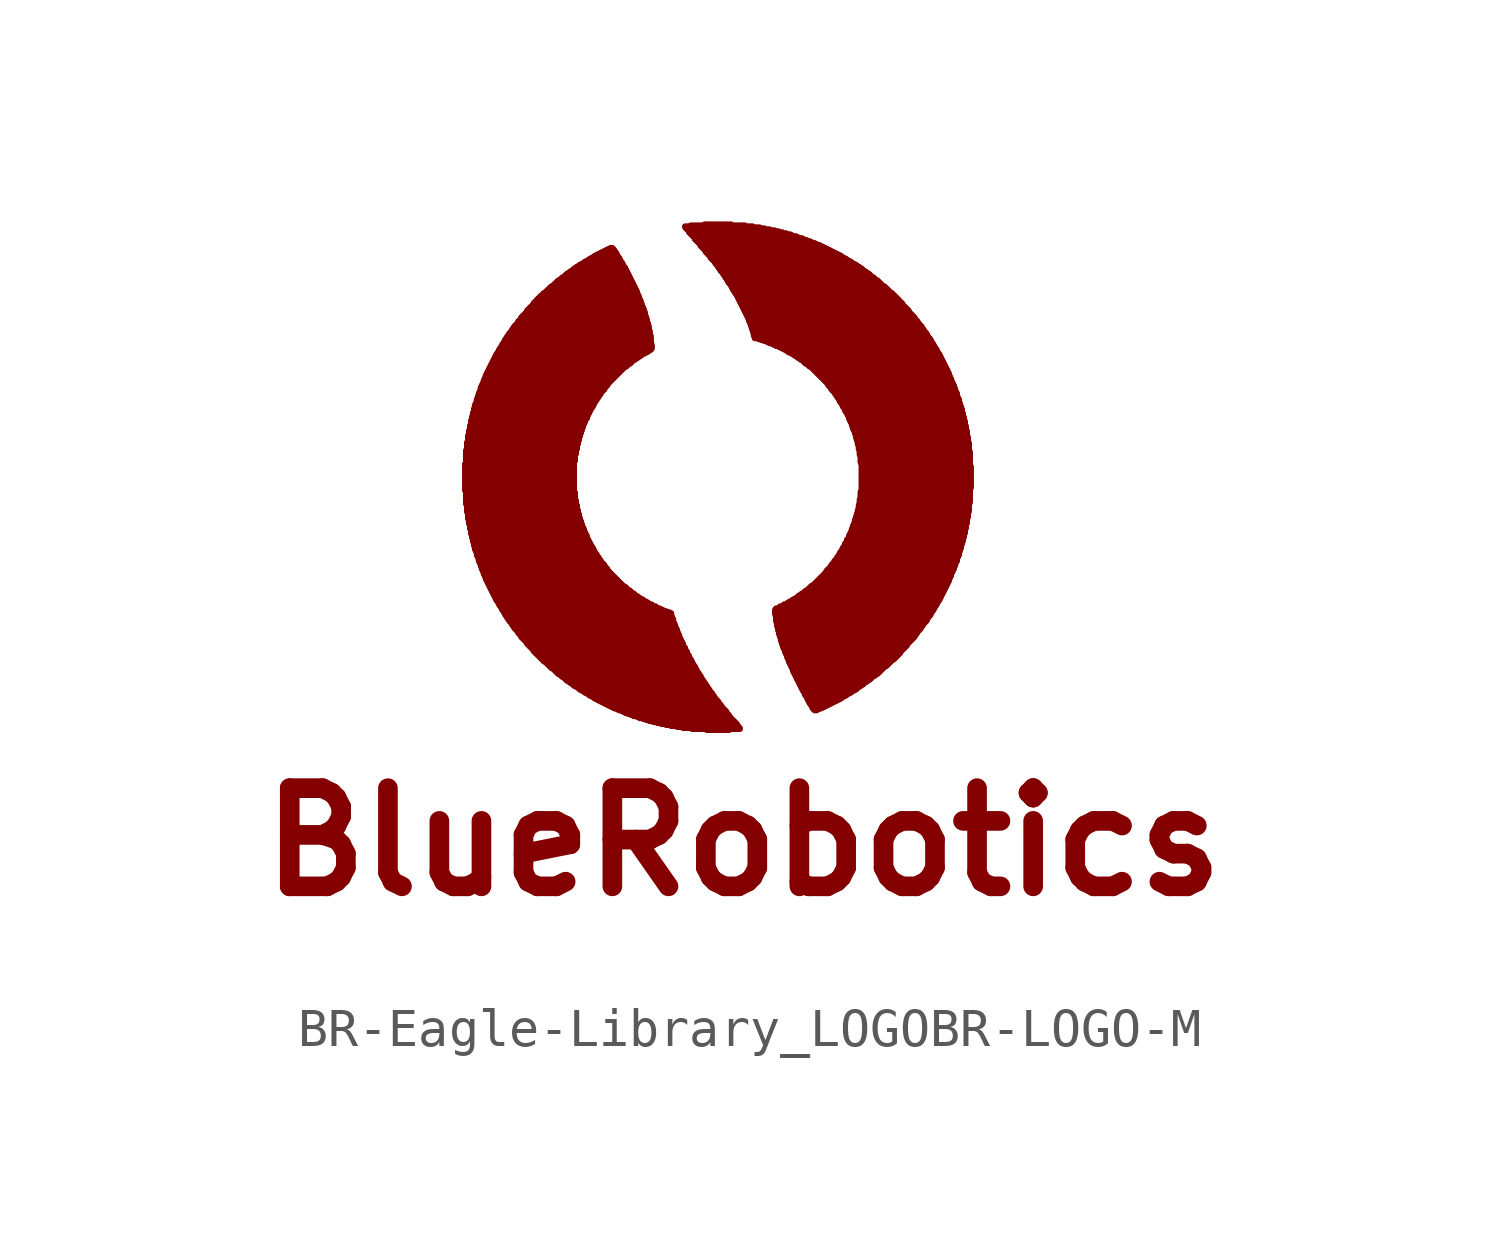
<source format=kicad_sym>
(kicad_symbol_lib
  (version 20231120)
  (generator "kicad_symbol_editor")
  (generator_version "8.0")
  (symbol "BR-Eagle-Library_LOGOBR-LOGO-M"
    (property "Reference" ""
      (at 0 0 0)
      (effects (font (size 1.27 1.27)) (hide yes)))
    (property "ki_locked" ""
      (at 0 0 0)
      (effects (font (size 1.27 1.27))))
    (symbol "BR-Eagle-Library_LOGOBR-LOGO-M_1_0"
      (rectangle (start -0.013 6.185) (end 2.807 6.21) (stroke (width 0) (type default)) (fill (type outline)))
      (rectangle (start -0.013 6.21) (end 2.807 6.236) (stroke (width 0) (type default)) (fill (type outline)))
      (rectangle (start -0.013 6.236) (end 2.807 6.261) (stroke (width 0) (type default)) (fill (type outline)))
      (rectangle (start -0.013 6.261) (end 2.807 6.287) (stroke (width 0) (type default)) (fill (type outline)))
      (rectangle (start -0.013 6.287) (end 2.807 6.312) (stroke (width 0) (type default)) (fill (type outline)))
      (rectangle (start -0.013 6.312) (end 2.807 6.337) (stroke (width 0) (type default)) (fill (type outline)))
      (rectangle (start -0.013 6.337) (end 2.807 6.363) (stroke (width 0) (type default)) (fill (type outline)))
      (rectangle (start -0.013 6.363) (end 2.807 6.388) (stroke (width 0) (type default)) (fill (type outline)))
      (rectangle (start -0.013 6.388) (end 2.807 6.413) (stroke (width 0) (type default)) (fill (type outline)))
      (rectangle (start -0.013 6.413) (end 2.807 6.439) (stroke (width 0) (type default)) (fill (type outline)))
      (rectangle (start -0.013 6.439) (end 2.807 6.464) (stroke (width 0) (type default)) (fill (type outline)))
      (rectangle (start -0.013 6.464) (end 2.807 6.49) (stroke (width 0) (type default)) (fill (type outline)))
      (rectangle (start -0.013 6.49) (end 2.807 6.515) (stroke (width 0) (type default)) (fill (type outline)))
      (rectangle (start -0.013 6.515) (end 2.807 6.54) (stroke (width 0) (type default)) (fill (type outline)))
      (rectangle (start -0.013 6.54) (end 2.807 6.566) (stroke (width 0) (type default)) (fill (type outline)))
      (rectangle (start -0.013 6.566) (end 2.807 6.591) (stroke (width 0) (type default)) (fill (type outline)))
      (rectangle (start -0.013 6.591) (end 2.807 6.617) (stroke (width 0) (type default)) (fill (type outline)))
      (rectangle (start -0.013 6.617) (end 2.807 6.642) (stroke (width 0) (type default)) (fill (type outline)))
      (rectangle (start -0.013 6.642) (end 2.807 6.668) (stroke (width 0) (type default)) (fill (type outline)))
      (rectangle (start -0.013 6.668) (end 2.807 6.693) (stroke (width 0) (type default)) (fill (type outline)))
      (rectangle (start -0.013 6.693) (end 2.807 6.718) (stroke (width 0) (type default)) (fill (type outline)))
      (rectangle (start -0.013 6.718) (end 2.807 6.744) (stroke (width 0) (type default)) (fill (type outline)))
      (rectangle (start -0.013 6.744) (end 2.807 6.769) (stroke (width 0) (type default)) (fill (type outline)))
      (rectangle (start -0.013 6.769) (end 2.807 6.795) (stroke (width 0) (type default)) (fill (type outline)))
      (rectangle (start -0.013 6.795) (end 2.807 6.82) (stroke (width 0) (type default)) (fill (type outline)))
      (rectangle (start -0.013 6.82) (end 2.807 6.845) (stroke (width 0) (type default)) (fill (type outline)))
      (rectangle (start -0.013 6.845) (end 2.807 6.871) (stroke (width 0) (type default)) (fill (type outline)))
      (rectangle (start 0.013 5.829) (end 2.857 5.855) (stroke (width 0) (type default)) (fill (type outline)))
      (rectangle (start 0.013 5.855) (end 2.857 5.88) (stroke (width 0) (type default)) (fill (type outline)))
      (rectangle (start 0.013 5.88) (end 2.857 5.905) (stroke (width 0) (type default)) (fill (type outline)))
      (rectangle (start 0.013 5.905) (end 2.857 5.931) (stroke (width 0) (type default)) (fill (type outline)))
      (rectangle (start 0.013 5.931) (end 2.832 5.956) (stroke (width 0) (type default)) (fill (type outline)))
      (rectangle (start 0.013 5.956) (end 2.832 5.982) (stroke (width 0) (type default)) (fill (type outline)))
      (rectangle (start 0.013 5.982) (end 2.832 6.007) (stroke (width 0) (type default)) (fill (type outline)))
      (rectangle (start 0.013 6.007) (end 2.832 6.032) (stroke (width 0) (type default)) (fill (type outline)))
      (rectangle (start 0.013 6.032) (end 2.832 6.058) (stroke (width 0) (type default)) (fill (type outline)))
      (rectangle (start 0.013 6.058) (end 2.832 6.083) (stroke (width 0) (type default)) (fill (type outline)))
      (rectangle (start 0.013 6.083) (end 2.832 6.109) (stroke (width 0) (type default)) (fill (type outline)))
      (rectangle (start 0.013 6.109) (end 2.832 6.134) (stroke (width 0) (type default)) (fill (type outline)))
      (rectangle (start 0.013 6.134) (end 2.807 6.16) (stroke (width 0) (type default)) (fill (type outline)))
      (rectangle (start 0.013 6.16) (end 2.807 6.185) (stroke (width 0) (type default)) (fill (type outline)))
      (rectangle (start 0.013 6.871) (end 2.807 6.896) (stroke (width 0) (type default)) (fill (type outline)))
      (rectangle (start 0.013 6.896) (end 2.807 6.921) (stroke (width 0) (type default)) (fill (type outline)))
      (rectangle (start 0.013 6.921) (end 2.807 6.947) (stroke (width 0) (type default)) (fill (type outline)))
      (rectangle (start 0.013 6.947) (end 2.832 6.972) (stroke (width 0) (type default)) (fill (type outline)))
      (rectangle (start 0.013 6.972) (end 2.832 6.998) (stroke (width 0) (type default)) (fill (type outline)))
      (rectangle (start 0.013 6.998) (end 2.832 7.023) (stroke (width 0) (type default)) (fill (type outline)))
      (rectangle (start 0.013 7.023) (end 2.832 7.048) (stroke (width 0) (type default)) (fill (type outline)))
      (rectangle (start 0.013 7.048) (end 2.832 7.074) (stroke (width 0) (type default)) (fill (type outline)))
      (rectangle (start 0.013 7.074) (end 2.832 7.099) (stroke (width 0) (type default)) (fill (type outline)))
      (rectangle (start 0.013 7.099) (end 2.832 7.125) (stroke (width 0) (type default)) (fill (type outline)))
      (rectangle (start 0.013 7.125) (end 2.857 7.15) (stroke (width 0) (type default)) (fill (type outline)))
      (rectangle (start 0.013 7.15) (end 2.857 7.176) (stroke (width 0) (type default)) (fill (type outline)))
      (rectangle (start 0.013 7.176) (end 2.857 7.201) (stroke (width 0) (type default)) (fill (type outline)))
      (rectangle (start 0.013 7.201) (end 2.857 7.226) (stroke (width 0) (type default)) (fill (type outline)))
      (rectangle (start 0.038 5.626) (end 2.908 5.652) (stroke (width 0) (type default)) (fill (type outline)))
      (rectangle (start 0.038 5.652) (end 2.908 5.677) (stroke (width 0) (type default)) (fill (type outline)))
      (rectangle (start 0.038 5.677) (end 2.883 5.702) (stroke (width 0) (type default)) (fill (type outline)))
      (rectangle (start 0.038 5.702) (end 2.883 5.728) (stroke (width 0) (type default)) (fill (type outline)))
      (rectangle (start 0.038 5.728) (end 2.883 5.753) (stroke (width 0) (type default)) (fill (type outline)))
      (rectangle (start 0.038 5.753) (end 2.883 5.779) (stroke (width 0) (type default)) (fill (type outline)))
      (rectangle (start 0.038 5.779) (end 2.883 5.804) (stroke (width 0) (type default)) (fill (type outline)))
      (rectangle (start 0.038 5.804) (end 2.857 5.829) (stroke (width 0) (type default)) (fill (type outline)))
      (rectangle (start 0.038 7.226) (end 2.857 7.252) (stroke (width 0) (type default)) (fill (type outline)))
      (rectangle (start 0.038 7.252) (end 2.883 7.277) (stroke (width 0) (type default)) (fill (type outline)))
      (rectangle (start 0.038 7.277) (end 2.883 7.303) (stroke (width 0) (type default)) (fill (type outline)))
      (rectangle (start 0.038 7.303) (end 2.883 7.328) (stroke (width 0) (type default)) (fill (type outline)))
      (rectangle (start 0.038 7.328) (end 2.883 7.353) (stroke (width 0) (type default)) (fill (type outline)))
      (rectangle (start 0.038 7.353) (end 2.883 7.379) (stroke (width 0) (type default)) (fill (type outline)))
      (rectangle (start 0.038 7.379) (end 2.908 7.404) (stroke (width 0) (type default)) (fill (type outline)))
      (rectangle (start 0.038 7.404) (end 2.908 7.429) (stroke (width 0) (type default)) (fill (type outline)))
      (rectangle (start 0.064 5.448) (end 2.959 5.474) (stroke (width 0) (type default)) (fill (type outline)))
      (rectangle (start 0.064 5.474) (end 2.934 5.499) (stroke (width 0) (type default)) (fill (type outline)))
      (rectangle (start 0.064 5.499) (end 2.934 5.524) (stroke (width 0) (type default)) (fill (type outline)))
      (rectangle (start 0.064 5.524) (end 2.934 5.55) (stroke (width 0) (type default)) (fill (type outline)))
      (rectangle (start 0.064 5.55) (end 2.934 5.575) (stroke (width 0) (type default)) (fill (type outline)))
      (rectangle (start 0.064 5.575) (end 2.908 5.601) (stroke (width 0) (type default)) (fill (type outline)))
      (rectangle (start 0.064 5.601) (end 2.908 5.626) (stroke (width 0) (type default)) (fill (type outline)))
      (rectangle (start 0.064 7.429) (end 2.908 7.455) (stroke (width 0) (type default)) (fill (type outline)))
      (rectangle (start 0.064 7.455) (end 2.908 7.48) (stroke (width 0) (type default)) (fill (type outline)))
      (rectangle (start 0.064 7.48) (end 2.934 7.506) (stroke (width 0) (type default)) (fill (type outline)))
      (rectangle (start 0.064 7.506) (end 2.934 7.531) (stroke (width 0) (type default)) (fill (type outline)))
      (rectangle (start 0.064 7.531) (end 2.934 7.556) (stroke (width 0) (type default)) (fill (type outline)))
      (rectangle (start 0.064 7.556) (end 2.934 7.582) (stroke (width 0) (type default)) (fill (type outline)))
      (rectangle (start 0.064 7.582) (end 2.959 7.607) (stroke (width 0) (type default)) (fill (type outline)))
      (rectangle (start 0.089 5.321) (end 2.985 5.347) (stroke (width 0) (type default)) (fill (type outline)))
      (rectangle (start 0.089 5.347) (end 2.985 5.372) (stroke (width 0) (type default)) (fill (type outline)))
      (rectangle (start 0.089 5.372) (end 2.985 5.397) (stroke (width 0) (type default)) (fill (type outline)))
      (rectangle (start 0.089 5.397) (end 2.959 5.423) (stroke (width 0) (type default)) (fill (type outline)))
      (rectangle (start 0.089 5.423) (end 2.959 5.448) (stroke (width 0) (type default)) (fill (type outline)))
      (rectangle (start 0.089 7.607) (end 2.959 7.633) (stroke (width 0) (type default)) (fill (type outline)))
      (rectangle (start 0.089 7.633) (end 2.959 7.658) (stroke (width 0) (type default)) (fill (type outline)))
      (rectangle (start 0.089 7.658) (end 2.985 7.684) (stroke (width 0) (type default)) (fill (type outline)))
      (rectangle (start 0.089 7.684) (end 2.985 7.709) (stroke (width 0) (type default)) (fill (type outline)))
      (rectangle (start 0.089 7.709) (end 2.985 7.734) (stroke (width 0) (type default)) (fill (type outline)))
      (rectangle (start 0.114 5.194) (end 3.035 5.22) (stroke (width 0) (type default)) (fill (type outline)))
      (rectangle (start 0.114 5.22) (end 3.035 5.245) (stroke (width 0) (type default)) (fill (type outline)))
      (rectangle (start 0.114 5.245) (end 3.01 5.271) (stroke (width 0) (type default)) (fill (type outline)))
      (rectangle (start 0.114 5.271) (end 3.01 5.296) (stroke (width 0) (type default)) (fill (type outline)))
      (rectangle (start 0.114 5.296) (end 3.01 5.321) (stroke (width 0) (type default)) (fill (type outline)))
      (rectangle (start 0.114 7.734) (end 3.01 7.76) (stroke (width 0) (type default)) (fill (type outline)))
      (rectangle (start 0.114 7.76) (end 3.01 7.785) (stroke (width 0) (type default)) (fill (type outline)))
      (rectangle (start 0.114 7.785) (end 3.01 7.811) (stroke (width 0) (type default)) (fill (type outline)))
      (rectangle (start 0.114 7.811) (end 3.035 7.836) (stroke (width 0) (type default)) (fill (type outline)))
      (rectangle (start 0.114 7.836) (end 3.035 7.861) (stroke (width 0) (type default)) (fill (type outline)))
      (rectangle (start 0.14 5.067) (end 3.086 5.093) (stroke (width 0) (type default)) (fill (type outline)))
      (rectangle (start 0.14 5.093) (end 3.086 5.118) (stroke (width 0) (type default)) (fill (type outline)))
      (rectangle (start 0.14 5.118) (end 3.061 5.144) (stroke (width 0) (type default)) (fill (type outline)))
      (rectangle (start 0.14 5.144) (end 3.061 5.169) (stroke (width 0) (type default)) (fill (type outline)))
      (rectangle (start 0.14 5.169) (end 3.061 5.194) (stroke (width 0) (type default)) (fill (type outline)))
      (rectangle (start 0.14 7.861) (end 3.035 7.887) (stroke (width 0) (type default)) (fill (type outline)))
      (rectangle (start 0.14 7.887) (end 3.061 7.912) (stroke (width 0) (type default)) (fill (type outline)))
      (rectangle (start 0.14 7.912) (end 3.061 7.938) (stroke (width 0) (type default)) (fill (type outline)))
      (rectangle (start 0.14 7.938) (end 3.086 7.963) (stroke (width 0) (type default)) (fill (type outline)))
      (rectangle (start 0.14 7.963) (end 3.086 7.988) (stroke (width 0) (type default)) (fill (type outline)))
      (rectangle (start 0.165 4.966) (end 3.137 4.991) (stroke (width 0) (type default)) (fill (type outline)))
      (rectangle (start 0.165 4.991) (end 3.137 5.016) (stroke (width 0) (type default)) (fill (type outline)))
      (rectangle (start 0.165 5.016) (end 3.111 5.042) (stroke (width 0) (type default)) (fill (type outline)))
      (rectangle (start 0.165 5.042) (end 3.111 5.067) (stroke (width 0) (type default)) (fill (type outline)))
      (rectangle (start 0.165 7.988) (end 3.086 8.014) (stroke (width 0) (type default)) (fill (type outline)))
      (rectangle (start 0.165 8.014) (end 3.111 8.039) (stroke (width 0) (type default)) (fill (type outline)))
      (rectangle (start 0.165 8.039) (end 3.137 8.065) (stroke (width 0) (type default)) (fill (type outline)))
      (rectangle (start 0.165 8.065) (end 3.137 8.09) (stroke (width 0) (type default)) (fill (type outline)))
      (rectangle (start 0.191 4.864) (end 3.188 4.889) (stroke (width 0) (type default)) (fill (type outline)))
      (rectangle (start 0.191 4.889) (end 3.162 4.915) (stroke (width 0) (type default)) (fill (type outline)))
      (rectangle (start 0.191 4.915) (end 3.162 4.94) (stroke (width 0) (type default)) (fill (type outline)))
      (rectangle (start 0.191 4.94) (end 3.137 4.966) (stroke (width 0) (type default)) (fill (type outline)))
      (rectangle (start 0.191 8.09) (end 3.137 8.115) (stroke (width 0) (type default)) (fill (type outline)))
      (rectangle (start 0.191 8.115) (end 3.162 8.141) (stroke (width 0) (type default)) (fill (type outline)))
      (rectangle (start 0.191 8.141) (end 3.162 8.166) (stroke (width 0) (type default)) (fill (type outline)))
      (rectangle (start 0.191 8.166) (end 3.188 8.191) (stroke (width 0) (type default)) (fill (type outline)))
      (rectangle (start 0.216 4.763) (end 3.239 4.788) (stroke (width 0) (type default)) (fill (type outline)))
      (rectangle (start 0.216 4.788) (end 3.213 4.813) (stroke (width 0) (type default)) (fill (type outline)))
      (rectangle (start 0.216 4.813) (end 3.213 4.839) (stroke (width 0) (type default)) (fill (type outline)))
      (rectangle (start 0.216 4.839) (end 3.188 4.864) (stroke (width 0) (type default)) (fill (type outline)))
      (rectangle (start 0.216 8.191) (end 3.188 8.217) (stroke (width 0) (type default)) (fill (type outline)))
      (rectangle (start 0.216 8.217) (end 3.213 8.242) (stroke (width 0) (type default)) (fill (type outline)))
      (rectangle (start 0.216 8.242) (end 3.213 8.268) (stroke (width 0) (type default)) (fill (type outline)))
      (rectangle (start 0.216 8.268) (end 3.239 8.293) (stroke (width 0) (type default)) (fill (type outline)))
      (rectangle (start 0.241 4.661) (end 3.289 4.686) (stroke (width 0) (type default)) (fill (type outline)))
      (rectangle (start 0.241 4.686) (end 3.289 4.712) (stroke (width 0) (type default)) (fill (type outline)))
      (rectangle (start 0.241 4.712) (end 3.264 4.737) (stroke (width 0) (type default)) (fill (type outline)))
      (rectangle (start 0.241 4.737) (end 3.239 4.763) (stroke (width 0) (type default)) (fill (type outline)))
      (rectangle (start 0.241 8.293) (end 3.239 8.319) (stroke (width 0) (type default)) (fill (type outline)))
      (rectangle (start 0.241 8.319) (end 3.264 8.344) (stroke (width 0) (type default)) (fill (type outline)))
      (rectangle (start 0.241 8.344) (end 3.289 8.369) (stroke (width 0) (type default)) (fill (type outline)))
      (rectangle (start 0.241 8.369) (end 3.289 8.395) (stroke (width 0) (type default)) (fill (type outline)))
      (rectangle (start 0.267 4.61) (end 3.315 4.636) (stroke (width 0) (type default)) (fill (type outline)))
      (rectangle (start 0.267 4.636) (end 3.315 4.661) (stroke (width 0) (type default)) (fill (type outline)))
      (rectangle (start 0.267 8.395) (end 3.315 8.42) (stroke (width 0) (type default)) (fill (type outline)))
      (rectangle (start 0.267 8.42) (end 3.315 8.445) (stroke (width 0) (type default)) (fill (type outline)))
      (rectangle (start 0.292 4.508) (end 3.391 4.534) (stroke (width 0) (type default)) (fill (type outline)))
      (rectangle (start 0.292 4.534) (end 3.365 4.559) (stroke (width 0) (type default)) (fill (type outline)))
      (rectangle (start 0.292 4.559) (end 3.34 4.585) (stroke (width 0) (type default)) (fill (type outline)))
      (rectangle (start 0.292 4.585) (end 3.34 4.61) (stroke (width 0) (type default)) (fill (type outline)))
      (rectangle (start 0.292 8.445) (end 3.34 8.471) (stroke (width 0) (type default)) (fill (type outline)))
      (rectangle (start 0.292 8.471) (end 3.34 8.496) (stroke (width 0) (type default)) (fill (type outline)))
      (rectangle (start 0.292 8.496) (end 3.365 8.522) (stroke (width 0) (type default)) (fill (type outline)))
      (rectangle (start 0.292 8.522) (end 3.391 8.547) (stroke (width 0) (type default)) (fill (type outline)))
      (rectangle (start 0.318 4.458) (end 3.416 4.483) (stroke (width 0) (type default)) (fill (type outline)))
      (rectangle (start 0.318 4.483) (end 3.391 4.508) (stroke (width 0) (type default)) (fill (type outline)))
      (rectangle (start 0.318 8.547) (end 3.391 8.572) (stroke (width 0) (type default)) (fill (type outline)))
      (rectangle (start 0.318 8.572) (end 3.416 8.598) (stroke (width 0) (type default)) (fill (type outline)))
      (rectangle (start 0.318 8.598) (end 3.442 8.623) (stroke (width 0) (type default)) (fill (type outline)))
      (rectangle (start 0.343 4.356) (end 3.493 4.381) (stroke (width 0) (type default)) (fill (type outline)))
      (rectangle (start 0.343 4.381) (end 3.467 4.407) (stroke (width 0) (type default)) (fill (type outline)))
      (rectangle (start 0.343 4.407) (end 3.442 4.432) (stroke (width 0) (type default)) (fill (type outline)))
      (rectangle (start 0.343 4.432) (end 3.442 4.458) (stroke (width 0) (type default)) (fill (type outline)))
      (rectangle (start 0.343 8.623) (end 3.442 8.649) (stroke (width 0) (type default)) (fill (type outline)))
      (rectangle (start 0.343 8.649) (end 3.467 8.674) (stroke (width 0) (type default)) (fill (type outline)))
      (rectangle (start 0.343 8.674) (end 3.493 8.7) (stroke (width 0) (type default)) (fill (type outline)))
      (rectangle (start 0.368 4.305) (end 3.518 4.331) (stroke (width 0) (type default)) (fill (type outline)))
      (rectangle (start 0.368 4.331) (end 3.493 4.356) (stroke (width 0) (type default)) (fill (type outline)))
      (rectangle (start 0.368 8.7) (end 3.493 8.725) (stroke (width 0) (type default)) (fill (type outline)))
      (rectangle (start 0.368 8.725) (end 3.518 8.75) (stroke (width 0) (type default)) (fill (type outline)))
      (rectangle (start 0.394 4.229) (end 3.594 4.255) (stroke (width 0) (type default)) (fill (type outline)))
      (rectangle (start 0.394 4.255) (end 3.569 4.28) (stroke (width 0) (type default)) (fill (type outline)))
      (rectangle (start 0.394 4.28) (end 3.543 4.305) (stroke (width 0) (type default)) (fill (type outline)))
      (rectangle (start 0.394 8.75) (end 3.543 8.776) (stroke (width 0) (type default)) (fill (type outline)))
      (rectangle (start 0.394 8.776) (end 3.569 8.801) (stroke (width 0) (type default)) (fill (type outline)))
      (rectangle (start 0.394 8.801) (end 3.594 8.826) (stroke (width 0) (type default)) (fill (type outline)))
      (rectangle (start 0.394 8.826) (end 3.594 8.852) (stroke (width 0) (type default)) (fill (type outline)))
      (rectangle (start 0.419 4.153) (end 3.645 4.178) (stroke (width 0) (type default)) (fill (type outline)))
      (rectangle (start 0.419 4.178) (end 3.619 4.204) (stroke (width 0) (type default)) (fill (type outline)))
      (rectangle (start 0.419 4.204) (end 3.594 4.229) (stroke (width 0) (type default)) (fill (type outline)))
      (rectangle (start 0.419 8.852) (end 3.619 8.877) (stroke (width 0) (type default)) (fill (type outline)))
      (rectangle (start 0.419 8.877) (end 3.645 8.903) (stroke (width 0) (type default)) (fill (type outline)))
      (rectangle (start 0.445 4.102) (end 3.67 4.128) (stroke (width 0) (type default)) (fill (type outline)))
      (rectangle (start 0.445 4.128) (end 3.67 4.153) (stroke (width 0) (type default)) (fill (type outline)))
      (rectangle (start 0.445 8.903) (end 3.67 8.928) (stroke (width 0) (type default)) (fill (type outline)))
      (rectangle (start 0.445 8.928) (end 3.67 8.954) (stroke (width 0) (type default)) (fill (type outline)))
      (rectangle (start 0.47 4.026) (end 3.747 4.051) (stroke (width 0) (type default)) (fill (type outline)))
      (rectangle (start 0.47 4.051) (end 3.721 4.077) (stroke (width 0) (type default)) (fill (type outline)))
      (rectangle (start 0.47 4.077) (end 3.696 4.102) (stroke (width 0) (type default)) (fill (type outline)))
      (rectangle (start 0.47 8.954) (end 3.696 8.979) (stroke (width 0) (type default)) (fill (type outline)))
      (rectangle (start 0.47 8.979) (end 3.721 9.004) (stroke (width 0) (type default)) (fill (type outline)))
      (rectangle (start 0.47 9.004) (end 3.747 9.03) (stroke (width 0) (type default)) (fill (type outline)))
      (rectangle (start 0.495 3.975) (end 3.797 4) (stroke (width 0) (type default)) (fill (type outline)))
      (rectangle (start 0.495 4) (end 3.772 4.026) (stroke (width 0) (type default)) (fill (type outline)))
      (rectangle (start 0.495 9.03) (end 3.772 9.055) (stroke (width 0) (type default)) (fill (type outline)))
      (rectangle (start 0.495 9.055) (end 3.797 9.081) (stroke (width 0) (type default)) (fill (type outline)))
      (rectangle (start 0.521 3.899) (end 3.873 3.924) (stroke (width 0) (type default)) (fill (type outline)))
      (rectangle (start 0.521 3.924) (end 3.848 3.95) (stroke (width 0) (type default)) (fill (type outline)))
      (rectangle (start 0.521 3.95) (end 3.823 3.975) (stroke (width 0) (type default)) (fill (type outline)))
      (rectangle (start 0.521 9.081) (end 3.823 9.106) (stroke (width 0) (type default)) (fill (type outline)))
      (rectangle (start 0.521 9.106) (end 3.848 9.131) (stroke (width 0) (type default)) (fill (type outline)))
      (rectangle (start 0.521 9.131) (end 3.873 9.157) (stroke (width 0) (type default)) (fill (type outline)))
      (rectangle (start 0.546 3.848) (end 3.924 3.873) (stroke (width 0) (type default)) (fill (type outline)))
      (rectangle (start 0.546 3.873) (end 3.899 3.899) (stroke (width 0) (type default)) (fill (type outline)))
      (rectangle (start 0.546 9.157) (end 3.899 9.182) (stroke (width 0) (type default)) (fill (type outline)))
      (rectangle (start 0.546 9.182) (end 3.924 9.207) (stroke (width 0) (type default)) (fill (type outline)))
      (rectangle (start 0.572 3.797) (end 3.975 3.823) (stroke (width 0) (type default)) (fill (type outline)))
      (rectangle (start 0.572 3.823) (end 3.95 3.848) (stroke (width 0) (type default)) (fill (type outline)))
      (rectangle (start 0.572 9.207) (end 3.95 9.233) (stroke (width 0) (type default)) (fill (type outline)))
      (rectangle (start 0.572 9.233) (end 3.975 9.258) (stroke (width 0) (type default)) (fill (type outline)))
      (rectangle (start 0.597 3.747) (end 4.026 3.772) (stroke (width 0) (type default)) (fill (type outline)))
      (rectangle (start 0.597 3.772) (end 4 3.797) (stroke (width 0) (type default)) (fill (type outline)))
      (rectangle (start 0.597 9.258) (end 4 9.284) (stroke (width 0) (type default)) (fill (type outline)))
      (rectangle (start 0.597 9.284) (end 4.026 9.309) (stroke (width 0) (type default)) (fill (type outline)))
      (rectangle (start 0.622 3.696) (end 4.077 3.721) (stroke (width 0) (type default)) (fill (type outline)))
      (rectangle (start 0.622 3.721) (end 4.051 3.747) (stroke (width 0) (type default)) (fill (type outline)))
      (rectangle (start 0.622 9.309) (end 4.051 9.335) (stroke (width 0) (type default)) (fill (type outline)))
      (rectangle (start 0.622 9.335) (end 4.077 9.36) (stroke (width 0) (type default)) (fill (type outline)))
      (rectangle (start 0.648 3.645) (end 4.153 3.67) (stroke (width 0) (type default)) (fill (type outline)))
      (rectangle (start 0.648 3.67) (end 4.128 3.696) (stroke (width 0) (type default)) (fill (type outline)))
      (rectangle (start 0.648 9.36) (end 4.102 9.385) (stroke (width 0) (type default)) (fill (type outline)))
      (rectangle (start 0.648 9.385) (end 4.153 9.411) (stroke (width 0) (type default)) (fill (type outline)))
      (rectangle (start 0.673 3.594) (end 4.204 3.619) (stroke (width 0) (type default)) (fill (type outline)))
      (rectangle (start 0.673 3.619) (end 4.178 3.645) (stroke (width 0) (type default)) (fill (type outline)))
      (rectangle (start 0.673 9.411) (end 4.178 9.436) (stroke (width 0) (type default)) (fill (type outline)))
      (rectangle (start 0.673 9.436) (end 4.204 9.461) (stroke (width 0) (type default)) (fill (type outline)))
      (rectangle (start 0.699 3.543) (end 4.28 3.569) (stroke (width 0) (type default)) (fill (type outline)))
      (rectangle (start 0.699 3.569) (end 4.255 3.594) (stroke (width 0) (type default)) (fill (type outline)))
      (rectangle (start 0.699 9.461) (end 4.255 9.487) (stroke (width 0) (type default)) (fill (type outline)))
      (rectangle (start 0.699 9.487) (end 4.28 9.512) (stroke (width 0) (type default)) (fill (type outline)))
      (rectangle (start 0.724 3.493) (end 4.356 3.518) (stroke (width 0) (type default)) (fill (type outline)))
      (rectangle (start 0.724 3.518) (end 4.305 3.543) (stroke (width 0) (type default)) (fill (type outline)))
      (rectangle (start 0.724 9.512) (end 4.305 9.538) (stroke (width 0) (type default)) (fill (type outline)))
      (rectangle (start 0.724 9.538) (end 4.331 9.563) (stroke (width 0) (type default)) (fill (type outline)))
      (rectangle (start 0.749 3.442) (end 4.407 3.467) (stroke (width 0) (type default)) (fill (type outline)))
      (rectangle (start 0.749 3.467) (end 4.381 3.493) (stroke (width 0) (type default)) (fill (type outline)))
      (rectangle (start 0.749 9.563) (end 4.381 9.588) (stroke (width 0) (type default)) (fill (type outline)))
      (rectangle (start 0.749 9.588) (end 4.407 9.614) (stroke (width 0) (type default)) (fill (type outline)))
      (rectangle (start 0.775 3.391) (end 4.483 3.416) (stroke (width 0) (type default)) (fill (type outline)))
      (rectangle (start 0.775 3.416) (end 4.458 3.442) (stroke (width 0) (type default)) (fill (type outline)))
      (rectangle (start 0.775 9.614) (end 4.458 9.639) (stroke (width 0) (type default)) (fill (type outline)))
      (rectangle (start 0.775 9.639) (end 4.483 9.665) (stroke (width 0) (type default)) (fill (type outline)))
      (rectangle (start 0.8 3.34) (end 4.585 3.365) (stroke (width 0) (type default)) (fill (type outline)))
      (rectangle (start 0.8 3.365) (end 4.534 3.391) (stroke (width 0) (type default)) (fill (type outline)))
      (rectangle (start 0.8 9.665) (end 4.534 9.69) (stroke (width 0) (type default)) (fill (type outline)))
      (rectangle (start 0.8 9.69) (end 4.559 9.716) (stroke (width 0) (type default)) (fill (type outline)))
      (rectangle (start 0.826 3.315) (end 4.61 3.34) (stroke (width 0) (type default)) (fill (type outline)))
      (rectangle (start 0.826 9.716) (end 4.61 9.741) (stroke (width 0) (type default)) (fill (type outline)))
      (rectangle (start 0.851 3.264) (end 4.712 3.289) (stroke (width 0) (type default)) (fill (type outline)))
      (rectangle (start 0.851 3.289) (end 4.661 3.315) (stroke (width 0) (type default)) (fill (type outline)))
      (rectangle (start 0.851 9.741) (end 4.661 9.766) (stroke (width 0) (type default)) (fill (type outline)))
      (rectangle (start 0.851 9.766) (end 4.712 9.792) (stroke (width 0) (type default)) (fill (type outline)))
      (rectangle (start 0.876 3.213) (end 4.813 3.239) (stroke (width 0) (type default)) (fill (type outline)))
      (rectangle (start 0.876 3.239) (end 4.737 3.264) (stroke (width 0) (type default)) (fill (type outline)))
      (rectangle (start 0.876 9.792) (end 4.737 9.817) (stroke (width 0) (type default)) (fill (type outline)))
      (rectangle (start 0.876 9.817) (end 4.788 9.842) (stroke (width 0) (type default)) (fill (type outline)))
      (rectangle (start 0.902 3.188) (end 4.839 3.213) (stroke (width 0) (type default)) (fill (type outline)))
      (rectangle (start 0.902 9.842) (end 4.813 9.868) (stroke (width 0) (type default)) (fill (type outline)))
      (rectangle (start 0.927 3.137) (end 4.94 3.162) (stroke (width 0) (type default)) (fill (type outline)))
      (rectangle (start 0.927 3.162) (end 4.915 3.188) (stroke (width 0) (type default)) (fill (type outline)))
      (rectangle (start 0.927 9.868) (end 4.813 9.893) (stroke (width 0) (type default)) (fill (type outline)))
      (rectangle (start 0.927 9.893) (end 4.813 9.919) (stroke (width 0) (type default)) (fill (type outline)))
      (rectangle (start 0.953 3.086) (end 5.067 3.111) (stroke (width 0) (type default)) (fill (type outline)))
      (rectangle (start 0.953 3.111) (end 5.016 3.137) (stroke (width 0) (type default)) (fill (type outline)))
      (rectangle (start 0.953 9.919) (end 4.813 9.944) (stroke (width 0) (type default)) (fill (type outline)))
      (rectangle (start 0.953 9.944) (end 4.813 9.97) (stroke (width 0) (type default)) (fill (type outline)))
      (rectangle (start 0.978 3.061) (end 5.118 3.086) (stroke (width 0) (type default)) (fill (type outline)))
      (rectangle (start 0.978 9.97) (end 4.788 9.995) (stroke (width 0) (type default)) (fill (type outline)))
      (rectangle (start 1.003 3.01) (end 5.271 3.035) (stroke (width 0) (type default)) (fill (type outline)))
      (rectangle (start 1.003 3.035) (end 5.194 3.061) (stroke (width 0) (type default)) (fill (type outline)))
      (rectangle (start 1.003 9.995) (end 4.788 10.02) (stroke (width 0) (type default)) (fill (type outline)))
      (rectangle (start 1.003 10.02) (end 4.788 10.046) (stroke (width 0) (type default)) (fill (type outline)))
      (rectangle (start 1.029 2.959) (end 5.321 2.985) (stroke (width 0) (type default)) (fill (type outline)))
      (rectangle (start 1.029 2.985) (end 5.321 3.01) (stroke (width 0) (type default)) (fill (type outline)))
      (rectangle (start 1.029 10.046) (end 4.788 10.071) (stroke (width 0) (type default)) (fill (type outline)))
      (rectangle (start 1.029 10.071) (end 4.788 10.097) (stroke (width 0) (type default)) (fill (type outline)))
      (rectangle (start 1.054 2.934) (end 5.321 2.959) (stroke (width 0) (type default)) (fill (type outline)))
      (rectangle (start 1.054 10.097) (end 4.788 10.122) (stroke (width 0) (type default)) (fill (type outline)))
      (rectangle (start 1.079 2.883) (end 5.347 2.908) (stroke (width 0) (type default)) (fill (type outline)))
      (rectangle (start 1.079 2.908) (end 5.321 2.934) (stroke (width 0) (type default)) (fill (type outline)))
      (rectangle (start 1.079 10.122) (end 4.788 10.147) (stroke (width 0) (type default)) (fill (type outline)))
      (rectangle (start 1.079 10.147) (end 4.788 10.173) (stroke (width 0) (type default)) (fill (type outline)))
      (rectangle (start 1.105 2.857) (end 5.347 2.883) (stroke (width 0) (type default)) (fill (type outline)))
      (rectangle (start 1.105 10.173) (end 4.788 10.198) (stroke (width 0) (type default)) (fill (type outline)))
      (rectangle (start 1.13 2.807) (end 5.372 2.832) (stroke (width 0) (type default)) (fill (type outline)))
      (rectangle (start 1.13 2.832) (end 5.372 2.857) (stroke (width 0) (type default)) (fill (type outline)))
      (rectangle (start 1.13 10.198) (end 4.763 10.223) (stroke (width 0) (type default)) (fill (type outline)))
      (rectangle (start 1.13 10.223) (end 4.763 10.249) (stroke (width 0) (type default)) (fill (type outline)))
      (rectangle (start 1.156 2.781) (end 5.372 2.807) (stroke (width 0) (type default)) (fill (type outline)))
      (rectangle (start 1.156 10.249) (end 4.763 10.274) (stroke (width 0) (type default)) (fill (type outline)))
      (rectangle (start 1.181 2.756) (end 5.372 2.781) (stroke (width 0) (type default)) (fill (type outline)))
      (rectangle (start 1.181 10.274) (end 4.763 10.3) (stroke (width 0) (type default)) (fill (type outline)))
      (rectangle (start 1.206 2.705) (end 5.397 2.731) (stroke (width 0) (type default)) (fill (type outline)))
      (rectangle (start 1.206 2.731) (end 5.397 2.756) (stroke (width 0) (type default)) (fill (type outline)))
      (rectangle (start 1.206 10.3) (end 4.763 10.325) (stroke (width 0) (type default)) (fill (type outline)))
      (rectangle (start 1.206 10.325) (end 4.737 10.351) (stroke (width 0) (type default)) (fill (type outline)))
      (rectangle (start 1.232 2.68) (end 5.423 2.705) (stroke (width 0) (type default)) (fill (type outline)))
      (rectangle (start 1.232 10.351) (end 4.737 10.376) (stroke (width 0) (type default)) (fill (type outline)))
      (rectangle (start 1.257 2.629) (end 5.423 2.654) (stroke (width 0) (type default)) (fill (type outline)))
      (rectangle (start 1.257 2.654) (end 5.423 2.68) (stroke (width 0) (type default)) (fill (type outline)))
      (rectangle (start 1.257 10.376) (end 4.737 10.401) (stroke (width 0) (type default)) (fill (type outline)))
      (rectangle (start 1.257 10.401) (end 4.737 10.427) (stroke (width 0) (type default)) (fill (type outline)))
      (rectangle (start 1.283 2.603) (end 5.448 2.629) (stroke (width 0) (type default)) (fill (type outline)))
      (rectangle (start 1.283 10.427) (end 4.737 10.452) (stroke (width 0) (type default)) (fill (type outline)))
      (rectangle (start 1.308 2.578) (end 5.448 2.603) (stroke (width 0) (type default)) (fill (type outline)))
      (rectangle (start 1.308 10.452) (end 4.712 10.477) (stroke (width 0) (type default)) (fill (type outline)))
      (rectangle (start 1.333 2.553) (end 5.474 2.578) (stroke (width 0) (type default)) (fill (type outline)))
      (rectangle (start 1.333 10.477) (end 4.712 10.503) (stroke (width 0) (type default)) (fill (type outline)))
      (rectangle (start 1.359 2.502) (end 5.474 2.527) (stroke (width 0) (type default)) (fill (type outline)))
      (rectangle (start 1.359 2.527) (end 5.474 2.553) (stroke (width 0) (type default)) (fill (type outline)))
      (rectangle (start 1.359 10.503) (end 4.712 10.528) (stroke (width 0) (type default)) (fill (type outline)))
      (rectangle (start 1.359 10.528) (end 4.686 10.554) (stroke (width 0) (type default)) (fill (type outline)))
      (rectangle (start 1.384 2.477) (end 5.499 2.502) (stroke (width 0) (type default)) (fill (type outline)))
      (rectangle (start 1.384 10.554) (end 4.686 10.579) (stroke (width 0) (type default)) (fill (type outline)))
      (rectangle (start 1.41 2.451) (end 5.499 2.477) (stroke (width 0) (type default)) (fill (type outline)))
      (rectangle (start 1.41 10.579) (end 4.686 10.604) (stroke (width 0) (type default)) (fill (type outline)))
      (rectangle (start 1.435 2.4) (end 5.524 2.426) (stroke (width 0) (type default)) (fill (type outline)))
      (rectangle (start 1.435 2.426) (end 5.524 2.451) (stroke (width 0) (type default)) (fill (type outline)))
      (rectangle (start 1.435 10.604) (end 4.686 10.63) (stroke (width 0) (type default)) (fill (type outline)))
      (rectangle (start 1.435 10.63) (end 4.661 10.655) (stroke (width 0) (type default)) (fill (type outline)))
      (rectangle (start 1.46 2.375) (end 5.524 2.4) (stroke (width 0) (type default)) (fill (type outline)))
      (rectangle (start 1.46 10.655) (end 4.661 10.681) (stroke (width 0) (type default)) (fill (type outline)))
      (rectangle (start 1.486 2.349) (end 5.55 2.375) (stroke (width 0) (type default)) (fill (type outline)))
      (rectangle (start 1.486 10.681) (end 4.661 10.706) (stroke (width 0) (type default)) (fill (type outline)))
      (rectangle (start 1.511 2.324) (end 5.55 2.349) (stroke (width 0) (type default)) (fill (type outline)))
      (rectangle (start 1.511 10.706) (end 4.636 10.732) (stroke (width 0) (type default)) (fill (type outline)))
      (rectangle (start 1.537 2.299) (end 5.575 2.324) (stroke (width 0) (type default)) (fill (type outline)))
      (rectangle (start 1.537 10.732) (end 4.636 10.757) (stroke (width 0) (type default)) (fill (type outline)))
      (rectangle (start 1.562 2.273) (end 5.575 2.299) (stroke (width 0) (type default)) (fill (type outline)))
      (rectangle (start 1.562 10.757) (end 4.636 10.782) (stroke (width 0) (type default)) (fill (type outline)))
      (rectangle (start 1.587 2.223) (end 5.601 2.248) (stroke (width 0) (type default)) (fill (type outline)))
      (rectangle (start 1.587 2.248) (end 5.601 2.273) (stroke (width 0) (type default)) (fill (type outline)))
      (rectangle (start 1.587 10.782) (end 4.636 10.808) (stroke (width 0) (type default)) (fill (type outline)))
      (rectangle (start 1.587 10.808) (end 4.61 10.833) (stroke (width 0) (type default)) (fill (type outline)))
      (rectangle (start 1.613 2.197) (end 5.626 2.223) (stroke (width 0) (type default)) (fill (type outline)))
      (rectangle (start 1.613 10.833) (end 4.61 10.858) (stroke (width 0) (type default)) (fill (type outline)))
      (rectangle (start 1.638 2.172) (end 5.626 2.197) (stroke (width 0) (type default)) (fill (type outline)))
      (rectangle (start 1.638 10.858) (end 4.61 10.884) (stroke (width 0) (type default)) (fill (type outline)))
      (rectangle (start 1.664 2.146) (end 5.626 2.172) (stroke (width 0) (type default)) (fill (type outline)))
      (rectangle (start 1.664 10.884) (end 4.585 10.909) (stroke (width 0) (type default)) (fill (type outline)))
      (rectangle (start 1.689 2.121) (end 5.652 2.146) (stroke (width 0) (type default)) (fill (type outline)))
      (rectangle (start 1.689 10.909) (end 4.585 10.935) (stroke (width 0) (type default)) (fill (type outline)))
      (rectangle (start 1.714 2.095) (end 5.677 2.121) (stroke (width 0) (type default)) (fill (type outline)))
      (rectangle (start 1.714 10.935) (end 4.559 10.96) (stroke (width 0) (type default)) (fill (type outline)))
      (rectangle (start 1.74 2.07) (end 5.677 2.095) (stroke (width 0) (type default)) (fill (type outline)))
      (rectangle (start 1.74 10.96) (end 4.559 10.986) (stroke (width 0) (type default)) (fill (type outline)))
      (rectangle (start 1.765 2.019) (end 5.702 2.045) (stroke (width 0) (type default)) (fill (type outline)))
      (rectangle (start 1.765 2.045) (end 5.677 2.07) (stroke (width 0) (type default)) (fill (type outline)))
      (rectangle (start 1.765 10.986) (end 4.559 11.011) (stroke (width 0) (type default)) (fill (type outline)))
      (rectangle (start 1.765 11.011) (end 4.534 11.036) (stroke (width 0) (type default)) (fill (type outline)))
      (rectangle (start 1.816 1.968) (end 5.728 1.994) (stroke (width 0) (type default)) (fill (type outline)))
      (rectangle (start 1.816 1.994) (end 5.728 2.019) (stroke (width 0) (type default)) (fill (type outline)))
      (rectangle (start 1.816 11.036) (end 4.534 11.062) (stroke (width 0) (type default)) (fill (type outline)))
      (rectangle (start 1.816 11.062) (end 4.534 11.087) (stroke (width 0) (type default)) (fill (type outline)))
      (rectangle (start 1.841 11.087) (end 4.508 11.113) (stroke (width 0) (type default)) (fill (type outline)))
      (rectangle (start 1.867 1.918) (end 5.753 1.943) (stroke (width 0) (type default)) (fill (type outline)))
      (rectangle (start 1.867 1.943) (end 5.728 1.968) (stroke (width 0) (type default)) (fill (type outline)))
      (rectangle (start 1.867 11.113) (end 4.508 11.138) (stroke (width 0) (type default)) (fill (type outline)))
      (rectangle (start 1.892 11.138) (end 4.483 11.163) (stroke (width 0) (type default)) (fill (type outline)))
      (rectangle (start 1.918 1.867) (end 5.779 1.892) (stroke (width 0) (type default)) (fill (type outline)))
      (rectangle (start 1.918 1.892) (end 5.779 1.918) (stroke (width 0) (type default)) (fill (type outline)))
      (rectangle (start 1.918 11.163) (end 4.483 11.189) (stroke (width 0) (type default)) (fill (type outline)))
      (rectangle (start 1.943 11.189) (end 4.483 11.214) (stroke (width 0) (type default)) (fill (type outline)))
      (rectangle (start 1.968 1.816) (end 5.804 1.841) (stroke (width 0) (type default)) (fill (type outline)))
      (rectangle (start 1.968 1.841) (end 5.779 1.867) (stroke (width 0) (type default)) (fill (type outline)))
      (rectangle (start 1.968 11.214) (end 4.458 11.239) (stroke (width 0) (type default)) (fill (type outline)))
      (rectangle (start 2.019 1.765) (end 5.829 1.791) (stroke (width 0) (type default)) (fill (type outline)))
      (rectangle (start 2.019 1.791) (end 5.829 1.816) (stroke (width 0) (type default)) (fill (type outline)))
      (rectangle (start 2.019 11.239) (end 4.458 11.265) (stroke (width 0) (type default)) (fill (type outline)))
      (rectangle (start 2.019 11.265) (end 4.432 11.29) (stroke (width 0) (type default)) (fill (type outline)))
      (rectangle (start 2.07 1.74) (end 5.855 1.765) (stroke (width 0) (type default)) (fill (type outline)))
      (rectangle (start 2.07 11.29) (end 4.432 11.316) (stroke (width 0) (type default)) (fill (type outline)))
      (rectangle (start 2.095 1.714) (end 5.855 1.74) (stroke (width 0) (type default)) (fill (type outline)))
      (rectangle (start 2.095 11.316) (end 4.432 11.341) (stroke (width 0) (type default)) (fill (type outline)))
      (rectangle (start 2.121 1.689) (end 5.88 1.714) (stroke (width 0) (type default)) (fill (type outline)))
      (rectangle (start 2.121 11.341) (end 4.407 11.367) (stroke (width 0) (type default)) (fill (type outline)))
      (rectangle (start 2.146 1.664) (end 5.88 1.689) (stroke (width 0) (type default)) (fill (type outline)))
      (rectangle (start 2.146 11.367) (end 4.407 11.392) (stroke (width 0) (type default)) (fill (type outline)))
      (rectangle (start 2.172 1.638) (end 5.905 1.664) (stroke (width 0) (type default)) (fill (type outline)))
      (rectangle (start 2.172 11.392) (end 4.381 11.417) (stroke (width 0) (type default)) (fill (type outline)))
      (rectangle (start 2.197 1.613) (end 5.931 1.638) (stroke (width 0) (type default)) (fill (type outline)))
      (rectangle (start 2.197 11.417) (end 4.381 11.443) (stroke (width 0) (type default)) (fill (type outline)))
      (rectangle (start 2.223 1.587) (end 5.931 1.613) (stroke (width 0) (type default)) (fill (type outline)))
      (rectangle (start 2.223 11.443) (end 4.356 11.468) (stroke (width 0) (type default)) (fill (type outline)))
      (rectangle (start 2.273 1.562) (end 5.956 1.587) (stroke (width 0) (type default)) (fill (type outline)))
      (rectangle (start 2.273 11.468) (end 4.356 11.493) (stroke (width 0) (type default)) (fill (type outline)))
      (rectangle (start 2.299 1.537) (end 5.956 1.562) (stroke (width 0) (type default)) (fill (type outline)))
      (rectangle (start 2.299 11.493) (end 4.331 11.519) (stroke (width 0) (type default)) (fill (type outline)))
      (rectangle (start 2.324 1.511) (end 5.982 1.537) (stroke (width 0) (type default)) (fill (type outline)))
      (rectangle (start 2.324 11.519) (end 4.331 11.544) (stroke (width 0) (type default)) (fill (type outline)))
      (rectangle (start 2.349 1.486) (end 5.982 1.511) (stroke (width 0) (type default)) (fill (type outline)))
      (rectangle (start 2.349 11.544) (end 4.305 11.57) (stroke (width 0) (type default)) (fill (type outline)))
      (rectangle (start 2.375 1.46) (end 6.007 1.486) (stroke (width 0) (type default)) (fill (type outline)))
      (rectangle (start 2.375 11.57) (end 4.305 11.595) (stroke (width 0) (type default)) (fill (type outline)))
      (rectangle (start 2.4 1.435) (end 6.032 1.46) (stroke (width 0) (type default)) (fill (type outline)))
      (rectangle (start 2.4 11.595) (end 4.28 11.62) (stroke (width 0) (type default)) (fill (type outline)))
      (rectangle (start 2.451 1.41) (end 6.032 1.435) (stroke (width 0) (type default)) (fill (type outline)))
      (rectangle (start 2.451 11.62) (end 4.28 11.646) (stroke (width 0) (type default)) (fill (type outline)))
      (rectangle (start 2.477 1.384) (end 6.058 1.41) (stroke (width 0) (type default)) (fill (type outline)))
      (rectangle (start 2.477 11.646) (end 4.255 11.671) (stroke (width 0) (type default)) (fill (type outline)))
      (rectangle (start 2.502 1.359) (end 6.083 1.384) (stroke (width 0) (type default)) (fill (type outline)))
      (rectangle (start 2.502 11.671) (end 4.255 11.697) (stroke (width 0) (type default)) (fill (type outline)))
      (rectangle (start 2.553 1.333) (end 6.083 1.359) (stroke (width 0) (type default)) (fill (type outline)))
      (rectangle (start 2.553 11.697) (end 4.229 11.722) (stroke (width 0) (type default)) (fill (type outline)))
      (rectangle (start 2.578 1.308) (end 6.109 1.333) (stroke (width 0) (type default)) (fill (type outline)))
      (rectangle (start 2.578 11.722) (end 4.229 11.748) (stroke (width 0) (type default)) (fill (type outline)))
      (rectangle (start 2.603 1.283) (end 6.109 1.308) (stroke (width 0) (type default)) (fill (type outline)))
      (rectangle (start 2.603 11.748) (end 4.204 11.773) (stroke (width 0) (type default)) (fill (type outline)))
      (rectangle (start 2.629 1.257) (end 6.134 1.283) (stroke (width 0) (type default)) (fill (type outline)))
      (rectangle (start 2.629 11.773) (end 4.204 11.798) (stroke (width 0) (type default)) (fill (type outline)))
      (rectangle (start 2.68 1.232) (end 6.16 1.257) (stroke (width 0) (type default)) (fill (type outline)))
      (rectangle (start 2.68 11.798) (end 4.178 11.824) (stroke (width 0) (type default)) (fill (type outline)))
      (rectangle (start 2.705 1.206) (end 6.16 1.232) (stroke (width 0) (type default)) (fill (type outline)))
      (rectangle (start 2.705 11.824) (end 4.178 11.849) (stroke (width 0) (type default)) (fill (type outline)))
      (rectangle (start 2.756 1.181) (end 6.185 1.206) (stroke (width 0) (type default)) (fill (type outline)))
      (rectangle (start 2.756 11.849) (end 4.153 11.874) (stroke (width 0) (type default)) (fill (type outline)))
      (rectangle (start 2.781 1.156) (end 6.21 1.181) (stroke (width 0) (type default)) (fill (type outline)))
      (rectangle (start 2.781 11.874) (end 4.153 11.9) (stroke (width 0) (type default)) (fill (type outline)))
      (rectangle (start 2.807 1.13) (end 6.21 1.156) (stroke (width 0) (type default)) (fill (type outline)))
      (rectangle (start 2.807 11.9) (end 4.128 11.925) (stroke (width 0) (type default)) (fill (type outline)))
      (rectangle (start 2.857 1.105) (end 6.236 1.13) (stroke (width 0) (type default)) (fill (type outline)))
      (rectangle (start 2.857 11.925) (end 4.128 11.951) (stroke (width 0) (type default)) (fill (type outline)))
      (rectangle (start 2.883 11.951) (end 4.102 11.976) (stroke (width 0) (type default)) (fill (type outline)))
      (rectangle (start 2.908 1.079) (end 6.261 1.105) (stroke (width 0) (type default)) (fill (type outline)))
      (rectangle (start 2.934 1.054) (end 6.261 1.079) (stroke (width 0) (type default)) (fill (type outline)))
      (rectangle (start 2.934 11.976) (end 4.077 12.002) (stroke (width 0) (type default)) (fill (type outline)))
      (rectangle (start 2.959 1.029) (end 6.287 1.054) (stroke (width 0) (type default)) (fill (type outline)))
      (rectangle (start 2.959 12.002) (end 4.077 12.027) (stroke (width 0) (type default)) (fill (type outline)))
      (rectangle (start 3.01 1.003) (end 6.312 1.029) (stroke (width 0) (type default)) (fill (type outline)))
      (rectangle (start 3.01 12.027) (end 4.051 12.052) (stroke (width 0) (type default)) (fill (type outline)))
      (rectangle (start 3.061 0.978) (end 6.312 1.003) (stroke (width 0) (type default)) (fill (type outline)))
      (rectangle (start 3.061 12.052) (end 4.051 12.078) (stroke (width 0) (type default)) (fill (type outline)))
      (rectangle (start 3.086 0.953) (end 6.337 0.978) (stroke (width 0) (type default)) (fill (type outline)))
      (rectangle (start 3.086 12.078) (end 4.026 12.103) (stroke (width 0) (type default)) (fill (type outline)))
      (rectangle (start 3.137 0.927) (end 6.363 0.953) (stroke (width 0) (type default)) (fill (type outline)))
      (rectangle (start 3.137 12.103) (end 4 12.129) (stroke (width 0) (type default)) (fill (type outline)))
      (rectangle (start 3.188 0.902) (end 6.388 0.927) (stroke (width 0) (type default)) (fill (type outline)))
      (rectangle (start 3.188 12.129) (end 4 12.154) (stroke (width 0) (type default)) (fill (type outline)))
      (rectangle (start 3.213 0.876) (end 6.388 0.902) (stroke (width 0) (type default)) (fill (type outline)))
      (rectangle (start 3.213 12.154) (end 3.975 12.179) (stroke (width 0) (type default)) (fill (type outline)))
      (rectangle (start 3.264 0.851) (end 6.413 0.876) (stroke (width 0) (type default)) (fill (type outline)))
      (rectangle (start 3.264 12.179) (end 3.975 12.205) (stroke (width 0) (type default)) (fill (type outline)))
      (rectangle (start 3.315 0.826) (end 6.439 0.851) (stroke (width 0) (type default)) (fill (type outline)))
      (rectangle (start 3.315 12.205) (end 3.95 12.23) (stroke (width 0) (type default)) (fill (type outline)))
      (rectangle (start 3.34 0.8) (end 6.439 0.826) (stroke (width 0) (type default)) (fill (type outline)))
      (rectangle (start 3.34 12.23) (end 3.924 12.255) (stroke (width 0) (type default)) (fill (type outline)))
      (rectangle (start 3.391 0.775) (end 6.464 0.8) (stroke (width 0) (type default)) (fill (type outline)))
      (rectangle (start 3.391 12.255) (end 3.924 12.281) (stroke (width 0) (type default)) (fill (type outline)))
      (rectangle (start 3.442 0.749) (end 6.49 0.775) (stroke (width 0) (type default)) (fill (type outline)))
      (rectangle (start 3.442 12.281) (end 3.899 12.306) (stroke (width 0) (type default)) (fill (type outline)))
      (rectangle (start 3.493 0.724) (end 6.515 0.749) (stroke (width 0) (type default)) (fill (type outline)))
      (rectangle (start 3.493 12.306) (end 3.899 12.332) (stroke (width 0) (type default)) (fill (type outline)))
      (rectangle (start 3.543 0.699) (end 6.54 0.724) (stroke (width 0) (type default)) (fill (type outline)))
      (rectangle (start 3.543 12.332) (end 3.873 12.357) (stroke (width 0) (type default)) (fill (type outline)))
      (rectangle (start 3.594 0.673) (end 6.54 0.699) (stroke (width 0) (type default)) (fill (type outline)))
      (rectangle (start 3.594 12.357) (end 3.848 12.383) (stroke (width 0) (type default)) (fill (type outline)))
      (rectangle (start 3.645 0.648) (end 6.566 0.673) (stroke (width 0) (type default)) (fill (type outline)))
      (rectangle (start 3.645 12.383) (end 3.848 12.408) (stroke (width 0) (type default)) (fill (type outline)))
      (rectangle (start 3.696 0.622) (end 6.591 0.648) (stroke (width 0) (type default)) (fill (type outline)))
      (rectangle (start 3.696 12.408) (end 3.823 12.433) (stroke (width 0) (type default)) (fill (type outline)))
      (rectangle (start 3.747 0.597) (end 6.617 0.622) (stroke (width 0) (type default)) (fill (type outline)))
      (rectangle (start 3.747 12.433) (end 3.797 12.459) (stroke (width 0) (type default)) (fill (type outline)))
      (rectangle (start 3.797 0.572) (end 6.617 0.597) (stroke (width 0) (type default)) (fill (type outline)))
      (rectangle (start 3.848 0.546) (end 6.642 0.572) (stroke (width 0) (type default)) (fill (type outline)))
      (rectangle (start 3.924 0.521) (end 6.668 0.546) (stroke (width 0) (type default)) (fill (type outline)))
      (rectangle (start 3.975 0.495) (end 6.693 0.521) (stroke (width 0) (type default)) (fill (type outline)))
      (rectangle (start 4.051 0.47) (end 6.718 0.495) (stroke (width 0) (type default)) (fill (type outline)))
      (rectangle (start 4.102 0.445) (end 6.744 0.47) (stroke (width 0) (type default)) (fill (type outline)))
      (rectangle (start 4.153 0.419) (end 6.744 0.445) (stroke (width 0) (type default)) (fill (type outline)))
      (rectangle (start 4.229 0.394) (end 6.769 0.419) (stroke (width 0) (type default)) (fill (type outline)))
      (rectangle (start 4.305 0.368) (end 6.795 0.394) (stroke (width 0) (type default)) (fill (type outline)))
      (rectangle (start 4.356 0.343) (end 6.82 0.368) (stroke (width 0) (type default)) (fill (type outline)))
      (rectangle (start 4.458 0.318) (end 6.82 0.343) (stroke (width 0) (type default)) (fill (type outline)))
      (rectangle (start 4.508 0.292) (end 6.845 0.318) (stroke (width 0) (type default)) (fill (type outline)))
      (rectangle (start 4.61 0.267) (end 6.871 0.292) (stroke (width 0) (type default)) (fill (type outline)))
      (rectangle (start 4.686 0.241) (end 6.896 0.267) (stroke (width 0) (type default)) (fill (type outline)))
      (rectangle (start 4.763 0.216) (end 6.921 0.241) (stroke (width 0) (type default)) (fill (type outline)))
      (rectangle (start 4.864 0.191) (end 6.947 0.216) (stroke (width 0) (type default)) (fill (type outline)))
      (rectangle (start 4.966 0.165) (end 6.972 0.191) (stroke (width 0) (type default)) (fill (type outline)))
      (rectangle (start 5.067 0.14) (end 6.998 0.165) (stroke (width 0) (type default)) (fill (type outline)))
      (rectangle (start 5.194 0.114) (end 7.023 0.14) (stroke (width 0) (type default)) (fill (type outline)))
      (rectangle (start 5.321 0.089) (end 7.023 0.114) (stroke (width 0) (type default)) (fill (type outline)))
      (rectangle (start 5.474 0.064) (end 7.048 0.089) (stroke (width 0) (type default)) (fill (type outline)))
      (rectangle (start 5.626 0.038) (end 7.074 0.064) (stroke (width 0) (type default)) (fill (type outline)))
      (rectangle (start 5.677 12.992) (end 7.429 13.018) (stroke (width 0) (type default)) (fill (type outline)))
      (rectangle (start 5.702 12.967) (end 7.607 12.992) (stroke (width 0) (type default)) (fill (type outline)))
      (rectangle (start 5.728 12.941) (end 7.734 12.967) (stroke (width 0) (type default)) (fill (type outline)))
      (rectangle (start 5.753 12.916) (end 7.861 12.941) (stroke (width 0) (type default)) (fill (type outline)))
      (rectangle (start 5.779 12.865) (end 8.09 12.89) (stroke (width 0) (type default)) (fill (type outline)))
      (rectangle (start 5.779 12.89) (end 7.988 12.916) (stroke (width 0) (type default)) (fill (type outline)))
      (rectangle (start 5.804 12.84) (end 8.191 12.865) (stroke (width 0) (type default)) (fill (type outline)))
      (rectangle (start 5.829 12.814) (end 8.293 12.84) (stroke (width 0) (type default)) (fill (type outline)))
      (rectangle (start 5.829 13.018) (end 7.226 13.043) (stroke (width 0) (type default)) (fill (type outline)))
      (rectangle (start 5.855 0.013) (end 7.099 0.038) (stroke (width 0) (type default)) (fill (type outline)))
      (rectangle (start 5.855 12.789) (end 8.395 12.814) (stroke (width 0) (type default)) (fill (type outline)))
      (rectangle (start 5.88 12.764) (end 8.445 12.789) (stroke (width 0) (type default)) (fill (type outline)))
      (rectangle (start 5.905 12.738) (end 8.547 12.764) (stroke (width 0) (type default)) (fill (type outline)))
      (rectangle (start 5.931 12.687) (end 8.7 12.713) (stroke (width 0) (type default)) (fill (type outline)))
      (rectangle (start 5.931 12.713) (end 8.598 12.738) (stroke (width 0) (type default)) (fill (type outline)))
      (rectangle (start 5.956 12.662) (end 8.75 12.687) (stroke (width 0) (type default)) (fill (type outline)))
      (rectangle (start 5.982 12.636) (end 8.826 12.662) (stroke (width 0) (type default)) (fill (type outline)))
      (rectangle (start 6.007 12.611) (end 8.903 12.636) (stroke (width 0) (type default)) (fill (type outline)))
      (rectangle (start 6.032 12.586) (end 8.954 12.611) (stroke (width 0) (type default)) (fill (type outline)))
      (rectangle (start 6.058 12.56) (end 9.03 12.586) (stroke (width 0) (type default)) (fill (type outline)))
      (rectangle (start 6.083 12.509) (end 9.157 12.535) (stroke (width 0) (type default)) (fill (type outline)))
      (rectangle (start 6.083 12.535) (end 9.081 12.56) (stroke (width 0) (type default)) (fill (type outline)))
      (rectangle (start 6.109 12.484) (end 9.207 12.509) (stroke (width 0) (type default)) (fill (type outline)))
      (rectangle (start 6.134 12.459) (end 9.258 12.484) (stroke (width 0) (type default)) (fill (type outline)))
      (rectangle (start 6.16 12.433) (end 9.309 12.459) (stroke (width 0) (type default)) (fill (type outline)))
      (rectangle (start 6.185 12.408) (end 9.36 12.433) (stroke (width 0) (type default)) (fill (type outline)))
      (rectangle (start 6.185 13.043) (end 6.871 13.068) (stroke (width 0) (type default)) (fill (type outline)))
      (rectangle (start 6.21 12.357) (end 9.461 12.383) (stroke (width 0) (type default)) (fill (type outline)))
      (rectangle (start 6.21 12.383) (end 9.411 12.408) (stroke (width 0) (type default)) (fill (type outline)))
      (rectangle (start 6.236 -0.013) (end 6.82 0.013) (stroke (width 0) (type default)) (fill (type outline)))
      (rectangle (start 6.236 12.332) (end 9.512 12.357) (stroke (width 0) (type default)) (fill (type outline)))
      (rectangle (start 6.261 12.306) (end 9.563 12.332) (stroke (width 0) (type default)) (fill (type outline)))
      (rectangle (start 6.287 12.281) (end 9.614 12.306) (stroke (width 0) (type default)) (fill (type outline)))
      (rectangle (start 6.312 12.255) (end 9.665 12.281) (stroke (width 0) (type default)) (fill (type outline)))
      (rectangle (start 6.337 12.205) (end 9.741 12.23) (stroke (width 0) (type default)) (fill (type outline)))
      (rectangle (start 6.337 12.23) (end 9.716 12.255) (stroke (width 0) (type default)) (fill (type outline)))
      (rectangle (start 6.363 12.179) (end 9.792 12.205) (stroke (width 0) (type default)) (fill (type outline)))
      (rectangle (start 6.388 12.154) (end 9.842 12.179) (stroke (width 0) (type default)) (fill (type outline)))
      (rectangle (start 6.413 12.129) (end 9.868 12.154) (stroke (width 0) (type default)) (fill (type outline)))
      (rectangle (start 6.439 12.103) (end 9.919 12.129) (stroke (width 0) (type default)) (fill (type outline)))
      (rectangle (start 6.464 12.052) (end 9.995 12.078) (stroke (width 0) (type default)) (fill (type outline)))
      (rectangle (start 6.464 12.078) (end 9.97 12.103) (stroke (width 0) (type default)) (fill (type outline)))
      (rectangle (start 6.49 12.027) (end 10.046 12.052) (stroke (width 0) (type default)) (fill (type outline)))
      (rectangle (start 6.515 12.002) (end 10.097 12.027) (stroke (width 0) (type default)) (fill (type outline)))
      (rectangle (start 6.54 11.951) (end 10.173 11.976) (stroke (width 0) (type default)) (fill (type outline)))
      (rectangle (start 6.54 11.976) (end 10.122 12.002) (stroke (width 0) (type default)) (fill (type outline)))
      (rectangle (start 6.566 11.925) (end 10.198 11.951) (stroke (width 0) (type default)) (fill (type outline)))
      (rectangle (start 6.591 11.874) (end 10.274 11.9) (stroke (width 0) (type default)) (fill (type outline)))
      (rectangle (start 6.591 11.9) (end 10.249 11.925) (stroke (width 0) (type default)) (fill (type outline)))
      (rectangle (start 6.617 11.849) (end 10.3 11.874) (stroke (width 0) (type default)) (fill (type outline)))
      (rectangle (start 6.642 11.824) (end 10.351 11.849) (stroke (width 0) (type default)) (fill (type outline)))
      (rectangle (start 6.668 11.773) (end 10.427 11.798) (stroke (width 0) (type default)) (fill (type outline)))
      (rectangle (start 6.668 11.798) (end 10.376 11.824) (stroke (width 0) (type default)) (fill (type outline)))
      (rectangle (start 6.693 11.748) (end 10.452 11.773) (stroke (width 0) (type default)) (fill (type outline)))
      (rectangle (start 6.718 11.697) (end 10.503 11.722) (stroke (width 0) (type default)) (fill (type outline)))
      (rectangle (start 6.718 11.722) (end 10.477 11.748) (stroke (width 0) (type default)) (fill (type outline)))
      (rectangle (start 6.744 11.671) (end 10.554 11.697) (stroke (width 0) (type default)) (fill (type outline)))
      (rectangle (start 6.769 11.62) (end 10.604 11.646) (stroke (width 0) (type default)) (fill (type outline)))
      (rectangle (start 6.769 11.646) (end 10.579 11.671) (stroke (width 0) (type default)) (fill (type outline)))
      (rectangle (start 6.795 11.57) (end 10.681 11.595) (stroke (width 0) (type default)) (fill (type outline)))
      (rectangle (start 6.795 11.595) (end 10.655 11.62) (stroke (width 0) (type default)) (fill (type outline)))
      (rectangle (start 6.82 11.544) (end 10.706 11.57) (stroke (width 0) (type default)) (fill (type outline)))
      (rectangle (start 6.845 11.519) (end 10.732 11.544) (stroke (width 0) (type default)) (fill (type outline)))
      (rectangle (start 6.871 11.468) (end 10.782 11.493) (stroke (width 0) (type default)) (fill (type outline)))
      (rectangle (start 6.871 11.493) (end 10.757 11.519) (stroke (width 0) (type default)) (fill (type outline)))
      (rectangle (start 6.896 11.417) (end 10.858 11.443) (stroke (width 0) (type default)) (fill (type outline)))
      (rectangle (start 6.896 11.443) (end 10.833 11.468) (stroke (width 0) (type default)) (fill (type outline)))
      (rectangle (start 6.921 11.367) (end 10.909 11.392) (stroke (width 0) (type default)) (fill (type outline)))
      (rectangle (start 6.921 11.392) (end 10.884 11.417) (stroke (width 0) (type default)) (fill (type outline)))
      (rectangle (start 6.947 11.341) (end 10.935 11.367) (stroke (width 0) (type default)) (fill (type outline)))
      (rectangle (start 6.972 11.29) (end 10.986 11.316) (stroke (width 0) (type default)) (fill (type outline)))
      (rectangle (start 6.972 11.316) (end 10.96 11.341) (stroke (width 0) (type default)) (fill (type outline)))
      (rectangle (start 6.998 11.265) (end 11.036 11.29) (stroke (width 0) (type default)) (fill (type outline)))
      (rectangle (start 7.023 11.214) (end 11.087 11.239) (stroke (width 0) (type default)) (fill (type outline)))
      (rectangle (start 7.023 11.239) (end 11.036 11.265) (stroke (width 0) (type default)) (fill (type outline)))
      (rectangle (start 7.048 11.163) (end 11.138 11.189) (stroke (width 0) (type default)) (fill (type outline)))
      (rectangle (start 7.048 11.189) (end 11.087 11.214) (stroke (width 0) (type default)) (fill (type outline)))
      (rectangle (start 7.074 11.113) (end 11.189 11.138) (stroke (width 0) (type default)) (fill (type outline)))
      (rectangle (start 7.074 11.138) (end 11.138 11.163) (stroke (width 0) (type default)) (fill (type outline)))
      (rectangle (start 7.099 11.062) (end 11.239 11.087) (stroke (width 0) (type default)) (fill (type outline)))
      (rectangle (start 7.099 11.087) (end 11.189 11.113) (stroke (width 0) (type default)) (fill (type outline)))
      (rectangle (start 7.125 11.011) (end 11.29 11.036) (stroke (width 0) (type default)) (fill (type outline)))
      (rectangle (start 7.125 11.036) (end 11.239 11.062) (stroke (width 0) (type default)) (fill (type outline)))
      (rectangle (start 7.15 10.96) (end 11.316 10.986) (stroke (width 0) (type default)) (fill (type outline)))
      (rectangle (start 7.15 10.986) (end 11.29 11.011) (stroke (width 0) (type default)) (fill (type outline)))
      (rectangle (start 7.176 10.909) (end 11.367 10.935) (stroke (width 0) (type default)) (fill (type outline)))
      (rectangle (start 7.176 10.935) (end 11.341 10.96) (stroke (width 0) (type default)) (fill (type outline)))
      (rectangle (start 7.201 10.858) (end 11.417 10.884) (stroke (width 0) (type default)) (fill (type outline)))
      (rectangle (start 7.201 10.884) (end 11.392 10.909) (stroke (width 0) (type default)) (fill (type outline)))
      (rectangle (start 7.226 10.808) (end 11.468 10.833) (stroke (width 0) (type default)) (fill (type outline)))
      (rectangle (start 7.226 10.833) (end 11.443 10.858) (stroke (width 0) (type default)) (fill (type outline)))
      (rectangle (start 7.252 10.757) (end 11.493 10.782) (stroke (width 0) (type default)) (fill (type outline)))
      (rectangle (start 7.252 10.782) (end 11.468 10.808) (stroke (width 0) (type default)) (fill (type outline)))
      (rectangle (start 7.277 10.706) (end 11.544 10.732) (stroke (width 0) (type default)) (fill (type outline)))
      (rectangle (start 7.277 10.732) (end 11.519 10.757) (stroke (width 0) (type default)) (fill (type outline)))
      (rectangle (start 7.303 10.655) (end 11.595 10.681) (stroke (width 0) (type default)) (fill (type outline)))
      (rectangle (start 7.303 10.681) (end 11.57 10.706) (stroke (width 0) (type default)) (fill (type outline)))
      (rectangle (start 7.328 10.579) (end 11.646 10.604) (stroke (width 0) (type default)) (fill (type outline)))
      (rectangle (start 7.328 10.604) (end 11.62 10.63) (stroke (width 0) (type default)) (fill (type outline)))
      (rectangle (start 7.328 10.63) (end 11.62 10.655) (stroke (width 0) (type default)) (fill (type outline)))
      (rectangle (start 7.353 10.528) (end 11.697 10.554) (stroke (width 0) (type default)) (fill (type outline)))
      (rectangle (start 7.353 10.554) (end 11.671 10.579) (stroke (width 0) (type default)) (fill (type outline)))
      (rectangle (start 7.379 10.452) (end 11.748 10.477) (stroke (width 0) (type default)) (fill (type outline)))
      (rectangle (start 7.379 10.477) (end 11.722 10.503) (stroke (width 0) (type default)) (fill (type outline)))
      (rectangle (start 7.379 10.503) (end 11.697 10.528) (stroke (width 0) (type default)) (fill (type outline)))
      (rectangle (start 7.404 10.376) (end 11.798 10.401) (stroke (width 0) (type default)) (fill (type outline)))
      (rectangle (start 7.404 10.401) (end 11.798 10.427) (stroke (width 0) (type default)) (fill (type outline)))
      (rectangle (start 7.404 10.427) (end 11.773 10.452) (stroke (width 0) (type default)) (fill (type outline)))
      (rectangle (start 7.429 10.3) (end 11.849 10.325) (stroke (width 0) (type default)) (fill (type outline)))
      (rectangle (start 7.429 10.325) (end 11.849 10.351) (stroke (width 0) (type default)) (fill (type outline)))
      (rectangle (start 7.429 10.351) (end 11.824 10.376) (stroke (width 0) (type default)) (fill (type outline)))
      (rectangle (start 7.455 10.198) (end 11.925 10.223) (stroke (width 0) (type default)) (fill (type outline)))
      (rectangle (start 7.455 10.223) (end 11.925 10.249) (stroke (width 0) (type default)) (fill (type outline)))
      (rectangle (start 7.455 10.249) (end 11.9 10.274) (stroke (width 0) (type default)) (fill (type outline)))
      (rectangle (start 7.455 10.274) (end 11.874 10.3) (stroke (width 0) (type default)) (fill (type outline)))
      (rectangle (start 7.48 10.122) (end 11.976 10.147) (stroke (width 0) (type default)) (fill (type outline)))
      (rectangle (start 7.48 10.147) (end 11.951 10.173) (stroke (width 0) (type default)) (fill (type outline)))
      (rectangle (start 7.48 10.173) (end 11.951 10.198) (stroke (width 0) (type default)) (fill (type outline)))
      (rectangle (start 7.582 10.097) (end 12.002 10.122) (stroke (width 0) (type default)) (fill (type outline)))
      (rectangle (start 7.658 10.071) (end 12.027 10.097) (stroke (width 0) (type default)) (fill (type outline)))
      (rectangle (start 7.734 10.046) (end 12.027 10.071) (stroke (width 0) (type default)) (fill (type outline)))
      (rectangle (start 7.811 10.02) (end 12.052 10.046) (stroke (width 0) (type default)) (fill (type outline)))
      (rectangle (start 7.861 9.995) (end 12.052 10.02) (stroke (width 0) (type default)) (fill (type outline)))
      (rectangle (start 7.938 9.97) (end 12.078 9.995) (stroke (width 0) (type default)) (fill (type outline)))
      (rectangle (start 7.988 9.944) (end 12.103 9.97) (stroke (width 0) (type default)) (fill (type outline)))
      (rectangle (start 8.014 2.959) (end 12.027 2.985) (stroke (width 0) (type default)) (fill (type outline)))
      (rectangle (start 8.014 2.985) (end 12.027 3.01) (stroke (width 0) (type default)) (fill (type outline)))
      (rectangle (start 8.014 3.01) (end 12.052 3.035) (stroke (width 0) (type default)) (fill (type outline)))
      (rectangle (start 8.014 3.035) (end 12.052 3.061) (stroke (width 0) (type default)) (fill (type outline)))
      (rectangle (start 8.014 3.061) (end 12.078 3.086) (stroke (width 0) (type default)) (fill (type outline)))
      (rectangle (start 8.014 3.086) (end 12.103 3.111) (stroke (width 0) (type default)) (fill (type outline)))
      (rectangle (start 8.039 2.781) (end 11.9 2.807) (stroke (width 0) (type default)) (fill (type outline)))
      (rectangle (start 8.039 2.807) (end 11.925 2.832) (stroke (width 0) (type default)) (fill (type outline)))
      (rectangle (start 8.039 2.832) (end 11.925 2.857) (stroke (width 0) (type default)) (fill (type outline)))
      (rectangle (start 8.039 2.857) (end 11.951 2.883) (stroke (width 0) (type default)) (fill (type outline)))
      (rectangle (start 8.039 2.883) (end 11.951 2.908) (stroke (width 0) (type default)) (fill (type outline)))
      (rectangle (start 8.039 2.908) (end 11.976 2.934) (stroke (width 0) (type default)) (fill (type outline)))
      (rectangle (start 8.039 2.934) (end 12.002 2.959) (stroke (width 0) (type default)) (fill (type outline)))
      (rectangle (start 8.039 3.111) (end 12.103 3.137) (stroke (width 0) (type default)) (fill (type outline)))
      (rectangle (start 8.039 9.919) (end 12.103 9.944) (stroke (width 0) (type default)) (fill (type outline)))
      (rectangle (start 8.065 2.654) (end 11.798 2.68) (stroke (width 0) (type default)) (fill (type outline)))
      (rectangle (start 8.065 2.68) (end 11.824 2.705) (stroke (width 0) (type default)) (fill (type outline)))
      (rectangle (start 8.065 2.705) (end 11.824 2.731) (stroke (width 0) (type default)) (fill (type outline)))
      (rectangle (start 8.065 2.731) (end 11.849 2.756) (stroke (width 0) (type default)) (fill (type outline)))
      (rectangle (start 8.065 2.756) (end 11.874 2.781) (stroke (width 0) (type default)) (fill (type outline)))
      (rectangle (start 8.09 2.553) (end 11.722 2.578) (stroke (width 0) (type default)) (fill (type outline)))
      (rectangle (start 8.09 2.578) (end 11.748 2.603) (stroke (width 0) (type default)) (fill (type outline)))
      (rectangle (start 8.09 2.603) (end 11.773 2.629) (stroke (width 0) (type default)) (fill (type outline)))
      (rectangle (start 8.09 2.629) (end 11.773 2.654) (stroke (width 0) (type default)) (fill (type outline)))
      (rectangle (start 8.115 2.451) (end 11.646 2.477) (stroke (width 0) (type default)) (fill (type outline)))
      (rectangle (start 8.115 2.477) (end 11.671 2.502) (stroke (width 0) (type default)) (fill (type outline)))
      (rectangle (start 8.115 2.502) (end 11.671 2.527) (stroke (width 0) (type default)) (fill (type outline)))
      (rectangle (start 8.115 2.527) (end 11.697 2.553) (stroke (width 0) (type default)) (fill (type outline)))
      (rectangle (start 8.115 3.137) (end 12.129 3.162) (stroke (width 0) (type default)) (fill (type outline)))
      (rectangle (start 8.115 9.893) (end 12.129 9.919) (stroke (width 0) (type default)) (fill (type outline)))
      (rectangle (start 8.141 2.375) (end 11.595 2.4) (stroke (width 0) (type default)) (fill (type outline)))
      (rectangle (start 8.141 2.4) (end 11.62 2.426) (stroke (width 0) (type default)) (fill (type outline)))
      (rectangle (start 8.141 2.426) (end 11.62 2.451) (stroke (width 0) (type default)) (fill (type outline)))
      (rectangle (start 8.141 3.162) (end 12.129 3.188) (stroke (width 0) (type default)) (fill (type outline)))
      (rectangle (start 8.166 2.273) (end 11.493 2.299) (stroke (width 0) (type default)) (fill (type outline)))
      (rectangle (start 8.166 2.299) (end 11.519 2.324) (stroke (width 0) (type default)) (fill (type outline)))
      (rectangle (start 8.166 2.324) (end 11.544 2.349) (stroke (width 0) (type default)) (fill (type outline)))
      (rectangle (start 8.166 2.349) (end 11.57 2.375) (stroke (width 0) (type default)) (fill (type outline)))
      (rectangle (start 8.166 9.868) (end 12.129 9.893) (stroke (width 0) (type default)) (fill (type outline)))
      (rectangle (start 8.191 2.197) (end 11.417 2.223) (stroke (width 0) (type default)) (fill (type outline)))
      (rectangle (start 8.191 2.223) (end 11.443 2.248) (stroke (width 0) (type default)) (fill (type outline)))
      (rectangle (start 8.191 2.248) (end 11.468 2.273) (stroke (width 0) (type default)) (fill (type outline)))
      (rectangle (start 8.217 2.121) (end 11.367 2.146) (stroke (width 0) (type default)) (fill (type outline)))
      (rectangle (start 8.217 2.146) (end 11.392 2.172) (stroke (width 0) (type default)) (fill (type outline)))
      (rectangle (start 8.217 2.172) (end 11.417 2.197) (stroke (width 0) (type default)) (fill (type outline)))
      (rectangle (start 8.217 3.188) (end 12.154 3.213) (stroke (width 0) (type default)) (fill (type outline)))
      (rectangle (start 8.217 9.842) (end 12.154 9.868) (stroke (width 0) (type default)) (fill (type outline)))
      (rectangle (start 8.242 2.07) (end 11.316 2.095) (stroke (width 0) (type default)) (fill (type outline)))
      (rectangle (start 8.242 2.095) (end 11.341 2.121) (stroke (width 0) (type default)) (fill (type outline)))
      (rectangle (start 8.242 3.213) (end 12.179 3.239) (stroke (width 0) (type default)) (fill (type outline)))
      (rectangle (start 8.268 1.994) (end 11.239 2.019) (stroke (width 0) (type default)) (fill (type outline)))
      (rectangle (start 8.268 2.019) (end 11.265 2.045) (stroke (width 0) (type default)) (fill (type outline)))
      (rectangle (start 8.268 2.045) (end 11.29 2.07) (stroke (width 0) (type default)) (fill (type outline)))
      (rectangle (start 8.268 9.817) (end 12.179 9.842) (stroke (width 0) (type default)) (fill (type outline)))
      (rectangle (start 8.293 1.943) (end 11.189 1.968) (stroke (width 0) (type default)) (fill (type outline)))
      (rectangle (start 8.293 1.968) (end 11.239 1.994) (stroke (width 0) (type default)) (fill (type outline)))
      (rectangle (start 8.319 1.867) (end 11.138 1.892) (stroke (width 0) (type default)) (fill (type outline)))
      (rectangle (start 8.319 1.892) (end 11.138 1.918) (stroke (width 0) (type default)) (fill (type outline)))
      (rectangle (start 8.319 1.918) (end 11.189 1.943) (stroke (width 0) (type default)) (fill (type outline)))
      (rectangle (start 8.319 3.239) (end 12.179 3.264) (stroke (width 0) (type default)) (fill (type outline)))
      (rectangle (start 8.319 9.792) (end 12.179 9.817) (stroke (width 0) (type default)) (fill (type outline)))
      (rectangle (start 8.344 1.816) (end 11.087 1.841) (stroke (width 0) (type default)) (fill (type outline)))
      (rectangle (start 8.344 1.841) (end 11.087 1.867) (stroke (width 0) (type default)) (fill (type outline)))
      (rectangle (start 8.344 3.264) (end 12.205 3.289) (stroke (width 0) (type default)) (fill (type outline)))
      (rectangle (start 8.344 9.766) (end 12.205 9.792) (stroke (width 0) (type default)) (fill (type outline)))
      (rectangle (start 8.369 1.74) (end 10.986 1.765) (stroke (width 0) (type default)) (fill (type outline)))
      (rectangle (start 8.369 1.765) (end 11.011 1.791) (stroke (width 0) (type default)) (fill (type outline)))
      (rectangle (start 8.369 1.791) (end 11.036 1.816) (stroke (width 0) (type default)) (fill (type outline)))
      (rectangle (start 8.395 1.689) (end 10.935 1.714) (stroke (width 0) (type default)) (fill (type outline)))
      (rectangle (start 8.395 1.714) (end 10.96 1.74) (stroke (width 0) (type default)) (fill (type outline)))
      (rectangle (start 8.395 3.289) (end 12.205 3.315) (stroke (width 0) (type default)) (fill (type outline)))
      (rectangle (start 8.395 9.741) (end 12.205 9.766) (stroke (width 0) (type default)) (fill (type outline)))
      (rectangle (start 8.42 1.638) (end 10.884 1.664) (stroke (width 0) (type default)) (fill (type outline)))
      (rectangle (start 8.42 1.664) (end 10.909 1.689) (stroke (width 0) (type default)) (fill (type outline)))
      (rectangle (start 8.445 1.587) (end 10.808 1.613) (stroke (width 0) (type default)) (fill (type outline)))
      (rectangle (start 8.445 1.613) (end 10.833 1.638) (stroke (width 0) (type default)) (fill (type outline)))
      (rectangle (start 8.445 3.315) (end 12.23 3.34) (stroke (width 0) (type default)) (fill (type outline)))
      (rectangle (start 8.445 9.716) (end 12.23 9.741) (stroke (width 0) (type default)) (fill (type outline)))
      (rectangle (start 8.471 1.511) (end 10.732 1.537) (stroke (width 0) (type default)) (fill (type outline)))
      (rectangle (start 8.471 1.537) (end 10.757 1.562) (stroke (width 0) (type default)) (fill (type outline)))
      (rectangle (start 8.471 1.562) (end 10.782 1.587) (stroke (width 0) (type default)) (fill (type outline)))
      (rectangle (start 8.471 3.34) (end 12.255 3.365) (stroke (width 0) (type default)) (fill (type outline)))
      (rectangle (start 8.496 1.46) (end 10.681 1.486) (stroke (width 0) (type default)) (fill (type outline)))
      (rectangle (start 8.496 1.486) (end 10.706 1.511) (stroke (width 0) (type default)) (fill (type outline)))
      (rectangle (start 8.496 9.69) (end 12.255 9.716) (stroke (width 0) (type default)) (fill (type outline)))
      (rectangle (start 8.522 1.41) (end 10.604 1.435) (stroke (width 0) (type default)) (fill (type outline)))
      (rectangle (start 8.522 1.435) (end 10.655 1.46) (stroke (width 0) (type default)) (fill (type outline)))
      (rectangle (start 8.522 3.365) (end 12.255 3.391) (stroke (width 0) (type default)) (fill (type outline)))
      (rectangle (start 8.522 9.665) (end 12.255 9.69) (stroke (width 0) (type default)) (fill (type outline)))
      (rectangle (start 8.547 1.359) (end 10.528 1.384) (stroke (width 0) (type default)) (fill (type outline)))
      (rectangle (start 8.547 1.384) (end 10.579 1.41) (stroke (width 0) (type default)) (fill (type outline)))
      (rectangle (start 8.572 1.308) (end 10.477 1.333) (stroke (width 0) (type default)) (fill (type outline)))
      (rectangle (start 8.572 1.333) (end 10.503 1.359) (stroke (width 0) (type default)) (fill (type outline)))
      (rectangle (start 8.572 3.391) (end 12.281 3.416) (stroke (width 0) (type default)) (fill (type outline)))
      (rectangle (start 8.572 9.639) (end 12.281 9.665) (stroke (width 0) (type default)) (fill (type outline)))
      (rectangle (start 8.598 1.257) (end 10.401 1.283) (stroke (width 0) (type default)) (fill (type outline)))
      (rectangle (start 8.598 1.283) (end 10.452 1.308) (stroke (width 0) (type default)) (fill (type outline)))
      (rectangle (start 8.598 3.416) (end 12.281 3.442) (stroke (width 0) (type default)) (fill (type outline)))
      (rectangle (start 8.598 9.614) (end 12.281 9.639) (stroke (width 0) (type default)) (fill (type outline)))
      (rectangle (start 8.623 1.206) (end 10.325 1.232) (stroke (width 0) (type default)) (fill (type outline)))
      (rectangle (start 8.623 1.232) (end 10.376 1.257) (stroke (width 0) (type default)) (fill (type outline)))
      (rectangle (start 8.623 3.442) (end 12.306 3.467) (stroke (width 0) (type default)) (fill (type outline)))
      (rectangle (start 8.649 1.156) (end 10.274 1.181) (stroke (width 0) (type default)) (fill (type outline)))
      (rectangle (start 8.649 1.181) (end 10.3 1.206) (stroke (width 0) (type default)) (fill (type outline)))
      (rectangle (start 8.649 9.588) (end 12.306 9.614) (stroke (width 0) (type default)) (fill (type outline)))
      (rectangle (start 8.674 1.105) (end 10.198 1.13) (stroke (width 0) (type default)) (fill (type outline)))
      (rectangle (start 8.674 1.13) (end 10.223 1.156) (stroke (width 0) (type default)) (fill (type outline)))
      (rectangle (start 8.674 3.467) (end 12.306 3.493) (stroke (width 0) (type default)) (fill (type outline)))
      (rectangle (start 8.674 9.563) (end 12.306 9.588) (stroke (width 0) (type default)) (fill (type outline)))
      (rectangle (start 8.7 1.054) (end 10.122 1.079) (stroke (width 0) (type default)) (fill (type outline)))
      (rectangle (start 8.7 1.079) (end 10.147 1.105) (stroke (width 0) (type default)) (fill (type outline)))
      (rectangle (start 8.7 3.493) (end 12.332 3.518) (stroke (width 0) (type default)) (fill (type outline)))
      (rectangle (start 8.725 1.003) (end 10.046 1.029) (stroke (width 0) (type default)) (fill (type outline)))
      (rectangle (start 8.725 1.029) (end 10.097 1.054) (stroke (width 0) (type default)) (fill (type outline)))
      (rectangle (start 8.725 9.538) (end 12.332 9.563) (stroke (width 0) (type default)) (fill (type outline)))
      (rectangle (start 8.75 0.978) (end 9.995 1.003) (stroke (width 0) (type default)) (fill (type outline)))
      (rectangle (start 8.75 3.518) (end 12.332 3.543) (stroke (width 0) (type default)) (fill (type outline)))
      (rectangle (start 8.75 9.512) (end 12.332 9.538) (stroke (width 0) (type default)) (fill (type outline)))
      (rectangle (start 8.776 0.902) (end 9.868 0.927) (stroke (width 0) (type default)) (fill (type outline)))
      (rectangle (start 8.776 0.927) (end 9.919 0.953) (stroke (width 0) (type default)) (fill (type outline)))
      (rectangle (start 8.776 0.953) (end 9.97 0.978) (stroke (width 0) (type default)) (fill (type outline)))
      (rectangle (start 8.776 3.543) (end 12.357 3.569) (stroke (width 0) (type default)) (fill (type outline)))
      (rectangle (start 8.776 9.487) (end 12.357 9.512) (stroke (width 0) (type default)) (fill (type outline)))
      (rectangle (start 8.801 0.876) (end 9.842 0.902) (stroke (width 0) (type default)) (fill (type outline)))
      (rectangle (start 8.801 3.569) (end 12.357 3.594) (stroke (width 0) (type default)) (fill (type outline)))
      (rectangle (start 8.801 9.461) (end 12.357 9.487) (stroke (width 0) (type default)) (fill (type outline)))
      (rectangle (start 8.826 0.826) (end 9.741 0.851) (stroke (width 0) (type default)) (fill (type outline)))
      (rectangle (start 8.826 0.851) (end 9.792 0.876) (stroke (width 0) (type default)) (fill (type outline)))
      (rectangle (start 8.852 0.775) (end 9.665 0.8) (stroke (width 0) (type default)) (fill (type outline)))
      (rectangle (start 8.852 0.8) (end 9.716 0.826) (stroke (width 0) (type default)) (fill (type outline)))
      (rectangle (start 8.852 3.594) (end 12.383 3.619) (stroke (width 0) (type default)) (fill (type outline)))
      (rectangle (start 8.852 9.436) (end 12.383 9.461) (stroke (width 0) (type default)) (fill (type outline)))
      (rectangle (start 8.877 0.724) (end 9.563 0.749) (stroke (width 0) (type default)) (fill (type outline)))
      (rectangle (start 8.877 0.749) (end 9.614 0.775) (stroke (width 0) (type default)) (fill (type outline)))
      (rectangle (start 8.877 3.619) (end 12.383 3.645) (stroke (width 0) (type default)) (fill (type outline)))
      (rectangle (start 8.877 9.411) (end 12.383 9.436) (stroke (width 0) (type default)) (fill (type outline)))
      (rectangle (start 8.903 0.673) (end 9.461 0.699) (stroke (width 0) (type default)) (fill (type outline)))
      (rectangle (start 8.903 0.699) (end 9.512 0.724) (stroke (width 0) (type default)) (fill (type outline)))
      (rectangle (start 8.903 3.645) (end 12.408 3.67) (stroke (width 0) (type default)) (fill (type outline)))
      (rectangle (start 8.903 9.385) (end 12.408 9.411) (stroke (width 0) (type default)) (fill (type outline)))
      (rectangle (start 8.928 0.648) (end 9.411 0.673) (stroke (width 0) (type default)) (fill (type outline)))
      (rectangle (start 8.928 3.67) (end 12.408 3.696) (stroke (width 0) (type default)) (fill (type outline)))
      (rectangle (start 8.954 0.597) (end 9.309 0.622) (stroke (width 0) (type default)) (fill (type outline)))
      (rectangle (start 8.954 0.622) (end 9.36 0.648) (stroke (width 0) (type default)) (fill (type outline)))
      (rectangle (start 8.954 3.696) (end 12.433 3.721) (stroke (width 0) (type default)) (fill (type outline)))
      (rectangle (start 8.954 9.36) (end 12.408 9.385) (stroke (width 0) (type default)) (fill (type outline)))
      (rectangle (start 8.979 0.546) (end 9.207 0.572) (stroke (width 0) (type default)) (fill (type outline)))
      (rectangle (start 8.979 0.572) (end 9.258 0.597) (stroke (width 0) (type default)) (fill (type outline)))
      (rectangle (start 8.979 9.335) (end 12.433 9.36) (stroke (width 0) (type default)) (fill (type outline)))
      (rectangle (start 9.004 0.521) (end 9.131 0.546) (stroke (width 0) (type default)) (fill (type outline)))
      (rectangle (start 9.004 3.721) (end 12.433 3.747) (stroke (width 0) (type default)) (fill (type outline)))
      (rectangle (start 9.004 9.309) (end 12.433 9.335) (stroke (width 0) (type default)) (fill (type outline)))
      (rectangle (start 9.03 0.495) (end 9.081 0.521) (stroke (width 0) (type default)) (fill (type outline)))
      (rectangle (start 9.03 3.747) (end 12.459 3.772) (stroke (width 0) (type default)) (fill (type outline)))
      (rectangle (start 9.03 9.284) (end 12.459 9.309) (stroke (width 0) (type default)) (fill (type outline)))
      (rectangle (start 9.055 3.772) (end 12.459 3.797) (stroke (width 0) (type default)) (fill (type outline)))
      (rectangle (start 9.055 9.258) (end 12.459 9.284) (stroke (width 0) (type default)) (fill (type outline)))
      (rectangle (start 9.081 3.797) (end 12.484 3.823) (stroke (width 0) (type default)) (fill (type outline)))
      (rectangle (start 9.081 9.233) (end 12.484 9.258) (stroke (width 0) (type default)) (fill (type outline)))
      (rectangle (start 9.106 3.823) (end 12.484 3.848) (stroke (width 0) (type default)) (fill (type outline)))
      (rectangle (start 9.106 9.207) (end 12.484 9.233) (stroke (width 0) (type default)) (fill (type outline)))
      (rectangle (start 9.131 3.848) (end 12.509 3.873) (stroke (width 0) (type default)) (fill (type outline)))
      (rectangle (start 9.131 9.182) (end 12.509 9.207) (stroke (width 0) (type default)) (fill (type outline)))
      (rectangle (start 9.157 3.873) (end 12.509 3.899) (stroke (width 0) (type default)) (fill (type outline)))
      (rectangle (start 9.157 9.157) (end 12.509 9.182) (stroke (width 0) (type default)) (fill (type outline)))
      (rectangle (start 9.182 3.899) (end 12.509 3.924) (stroke (width 0) (type default)) (fill (type outline)))
      (rectangle (start 9.182 9.131) (end 12.509 9.157) (stroke (width 0) (type default)) (fill (type outline)))
      (rectangle (start 9.207 3.924) (end 12.535 3.95) (stroke (width 0) (type default)) (fill (type outline)))
      (rectangle (start 9.207 9.106) (end 12.535 9.131) (stroke (width 0) (type default)) (fill (type outline)))
      (rectangle (start 9.233 3.95) (end 12.535 3.975) (stroke (width 0) (type default)) (fill (type outline)))
      (rectangle (start 9.233 9.081) (end 12.535 9.106) (stroke (width 0) (type default)) (fill (type outline)))
      (rectangle (start 9.258 3.975) (end 12.56 4) (stroke (width 0) (type default)) (fill (type outline)))
      (rectangle (start 9.258 9.055) (end 12.56 9.081) (stroke (width 0) (type default)) (fill (type outline)))
      (rectangle (start 9.284 4) (end 12.56 4.026) (stroke (width 0) (type default)) (fill (type outline)))
      (rectangle (start 9.284 9.03) (end 12.56 9.055) (stroke (width 0) (type default)) (fill (type outline)))
      (rectangle (start 9.309 4.026) (end 12.56 4.051) (stroke (width 0) (type default)) (fill (type outline)))
      (rectangle (start 9.309 9.004) (end 12.56 9.03) (stroke (width 0) (type default)) (fill (type outline)))
      (rectangle (start 9.335 4.051) (end 12.586 4.077) (stroke (width 0) (type default)) (fill (type outline)))
      (rectangle (start 9.335 4.077) (end 12.586 4.102) (stroke (width 0) (type default)) (fill (type outline)))
      (rectangle (start 9.335 8.979) (end 12.586 9.004) (stroke (width 0) (type default)) (fill (type outline)))
      (rectangle (start 9.36 4.102) (end 12.611 4.128) (stroke (width 0) (type default)) (fill (type outline)))
      (rectangle (start 9.36 8.954) (end 12.586 8.979) (stroke (width 0) (type default)) (fill (type outline)))
      (rectangle (start 9.385 4.128) (end 12.611 4.153) (stroke (width 0) (type default)) (fill (type outline)))
      (rectangle (start 9.385 8.903) (end 12.611 8.928) (stroke (width 0) (type default)) (fill (type outline)))
      (rectangle (start 9.385 8.928) (end 12.611 8.954) (stroke (width 0) (type default)) (fill (type outline)))
      (rectangle (start 9.411 4.153) (end 12.636 4.178) (stroke (width 0) (type default)) (fill (type outline)))
      (rectangle (start 9.411 8.877) (end 12.636 8.903) (stroke (width 0) (type default)) (fill (type outline)))
      (rectangle (start 9.436 4.178) (end 12.636 4.204) (stroke (width 0) (type default)) (fill (type outline)))
      (rectangle (start 9.436 8.852) (end 12.636 8.877) (stroke (width 0) (type default)) (fill (type outline)))
      (rectangle (start 9.461 4.204) (end 12.636 4.229) (stroke (width 0) (type default)) (fill (type outline)))
      (rectangle (start 9.461 4.229) (end 12.662 4.255) (stroke (width 0) (type default)) (fill (type outline)))
      (rectangle (start 9.461 8.801) (end 12.662 8.826) (stroke (width 0) (type default)) (fill (type outline)))
      (rectangle (start 9.461 8.826) (end 12.636 8.852) (stroke (width 0) (type default)) (fill (type outline)))
      (rectangle (start 9.487 4.255) (end 12.662 4.28) (stroke (width 0) (type default)) (fill (type outline)))
      (rectangle (start 9.487 8.776) (end 12.662 8.801) (stroke (width 0) (type default)) (fill (type outline)))
      (rectangle (start 9.512 4.28) (end 12.662 4.305) (stroke (width 0) (type default)) (fill (type outline)))
      (rectangle (start 9.512 8.75) (end 12.662 8.776) (stroke (width 0) (type default)) (fill (type outline)))
      (rectangle (start 9.538 4.305) (end 12.687 4.331) (stroke (width 0) (type default)) (fill (type outline)))
      (rectangle (start 9.538 4.331) (end 12.687 4.356) (stroke (width 0) (type default)) (fill (type outline)))
      (rectangle (start 9.538 8.725) (end 12.687 8.75) (stroke (width 0) (type default)) (fill (type outline)))
      (rectangle (start 9.563 4.356) (end 12.713 4.381) (stroke (width 0) (type default)) (fill (type outline)))
      (rectangle (start 9.563 8.674) (end 12.713 8.7) (stroke (width 0) (type default)) (fill (type outline)))
      (rectangle (start 9.563 8.7) (end 12.687 8.725) (stroke (width 0) (type default)) (fill (type outline)))
      (rectangle (start 9.588 4.381) (end 12.713 4.407) (stroke (width 0) (type default)) (fill (type outline)))
      (rectangle (start 9.588 8.649) (end 12.713 8.674) (stroke (width 0) (type default)) (fill (type outline)))
      (rectangle (start 9.614 4.407) (end 12.713 4.432) (stroke (width 0) (type default)) (fill (type outline)))
      (rectangle (start 9.614 4.432) (end 12.713 4.458) (stroke (width 0) (type default)) (fill (type outline)))
      (rectangle (start 9.614 8.598) (end 12.713 8.623) (stroke (width 0) (type default)) (fill (type outline)))
      (rectangle (start 9.614 8.623) (end 12.713 8.649) (stroke (width 0) (type default)) (fill (type outline)))
      (rectangle (start 9.639 4.458) (end 12.738 4.483) (stroke (width 0) (type default)) (fill (type outline)))
      (rectangle (start 9.639 8.572) (end 12.738 8.598) (stroke (width 0) (type default)) (fill (type outline)))
      (rectangle (start 9.665 4.483) (end 12.738 4.508) (stroke (width 0) (type default)) (fill (type outline)))
      (rectangle (start 9.665 4.508) (end 12.764 4.534) (stroke (width 0) (type default)) (fill (type outline)))
      (rectangle (start 9.665 8.522) (end 12.764 8.547) (stroke (width 0) (type default)) (fill (type outline)))
      (rectangle (start 9.665 8.547) (end 12.738 8.572) (stroke (width 0) (type default)) (fill (type outline)))
      (rectangle (start 9.69 4.534) (end 12.764 4.559) (stroke (width 0) (type default)) (fill (type outline)))
      (rectangle (start 9.69 4.559) (end 12.764 4.585) (stroke (width 0) (type default)) (fill (type outline)))
      (rectangle (start 9.69 8.471) (end 12.764 8.496) (stroke (width 0) (type default)) (fill (type outline)))
      (rectangle (start 9.69 8.496) (end 12.764 8.522) (stroke (width 0) (type default)) (fill (type outline)))
      (rectangle (start 9.716 4.585) (end 12.764 4.61) (stroke (width 0) (type default)) (fill (type outline)))
      (rectangle (start 9.716 8.445) (end 12.764 8.471) (stroke (width 0) (type default)) (fill (type outline)))
      (rectangle (start 9.741 4.61) (end 12.789 4.636) (stroke (width 0) (type default)) (fill (type outline)))
      (rectangle (start 9.741 4.636) (end 12.789 4.661) (stroke (width 0) (type default)) (fill (type outline)))
      (rectangle (start 9.741 8.395) (end 12.789 8.42) (stroke (width 0) (type default)) (fill (type outline)))
      (rectangle (start 9.741 8.42) (end 12.789 8.445) (stroke (width 0) (type default)) (fill (type outline)))
      (rectangle (start 9.766 4.661) (end 12.789 4.686) (stroke (width 0) (type default)) (fill (type outline)))
      (rectangle (start 9.766 4.686) (end 12.814 4.712) (stroke (width 0) (type default)) (fill (type outline)))
      (rectangle (start 9.766 8.344) (end 12.814 8.369) (stroke (width 0) (type default)) (fill (type outline)))
      (rectangle (start 9.766 8.369) (end 12.789 8.395) (stroke (width 0) (type default)) (fill (type outline)))
      (rectangle (start 9.792 4.712) (end 12.814 4.737) (stroke (width 0) (type default)) (fill (type outline)))
      (rectangle (start 9.792 8.319) (end 12.814 8.344) (stroke (width 0) (type default)) (fill (type outline)))
      (rectangle (start 9.817 4.737) (end 12.814 4.763) (stroke (width 0) (type default)) (fill (type outline)))
      (rectangle (start 9.817 4.763) (end 12.814 4.788) (stroke (width 0) (type default)) (fill (type outline)))
      (rectangle (start 9.817 4.788) (end 12.84 4.813) (stroke (width 0) (type default)) (fill (type outline)))
      (rectangle (start 9.817 8.242) (end 12.84 8.268) (stroke (width 0) (type default)) (fill (type outline)))
      (rectangle (start 9.817 8.268) (end 12.84 8.293) (stroke (width 0) (type default)) (fill (type outline)))
      (rectangle (start 9.817 8.293) (end 12.814 8.319) (stroke (width 0) (type default)) (fill (type outline)))
      (rectangle (start 9.842 4.813) (end 12.84 4.839) (stroke (width 0) (type default)) (fill (type outline)))
      (rectangle (start 9.842 8.217) (end 12.84 8.242) (stroke (width 0) (type default)) (fill (type outline)))
      (rectangle (start 9.868 4.839) (end 12.84 4.864) (stroke (width 0) (type default)) (fill (type outline)))
      (rectangle (start 9.868 4.864) (end 12.865 4.889) (stroke (width 0) (type default)) (fill (type outline)))
      (rectangle (start 9.868 4.889) (end 12.865 4.915) (stroke (width 0) (type default)) (fill (type outline)))
      (rectangle (start 9.868 8.166) (end 12.865 8.191) (stroke (width 0) (type default)) (fill (type outline)))
      (rectangle (start 9.868 8.191) (end 12.84 8.217) (stroke (width 0) (type default)) (fill (type outline)))
      (rectangle (start 9.893 4.915) (end 12.865 4.94) (stroke (width 0) (type default)) (fill (type outline)))
      (rectangle (start 9.893 8.115) (end 12.865 8.141) (stroke (width 0) (type default)) (fill (type outline)))
      (rectangle (start 9.893 8.141) (end 12.865 8.166) (stroke (width 0) (type default)) (fill (type outline)))
      (rectangle (start 9.919 4.94) (end 12.865 4.966) (stroke (width 0) (type default)) (fill (type outline)))
      (rectangle (start 9.919 4.966) (end 12.89 4.991) (stroke (width 0) (type default)) (fill (type outline)))
      (rectangle (start 9.919 4.991) (end 12.89 5.016) (stroke (width 0) (type default)) (fill (type outline)))
      (rectangle (start 9.919 8.039) (end 12.89 8.065) (stroke (width 0) (type default)) (fill (type outline)))
      (rectangle (start 9.919 8.065) (end 12.89 8.09) (stroke (width 0) (type default)) (fill (type outline)))
      (rectangle (start 9.919 8.09) (end 12.865 8.115) (stroke (width 0) (type default)) (fill (type outline)))
      (rectangle (start 9.944 5.016) (end 12.89 5.042) (stroke (width 0) (type default)) (fill (type outline)))
      (rectangle (start 9.944 5.042) (end 12.89 5.067) (stroke (width 0) (type default)) (fill (type outline)))
      (rectangle (start 9.944 7.988) (end 12.89 8.014) (stroke (width 0) (type default)) (fill (type outline)))
      (rectangle (start 9.944 8.014) (end 12.89 8.039) (stroke (width 0) (type default)) (fill (type outline)))
      (rectangle (start 9.97 5.067) (end 12.916 5.093) (stroke (width 0) (type default)) (fill (type outline)))
      (rectangle (start 9.97 5.093) (end 12.916 5.118) (stroke (width 0) (type default)) (fill (type outline)))
      (rectangle (start 9.97 7.938) (end 12.916 7.963) (stroke (width 0) (type default)) (fill (type outline)))
      (rectangle (start 9.97 7.963) (end 12.916 7.988) (stroke (width 0) (type default)) (fill (type outline)))
      (rectangle (start 9.995 5.118) (end 12.916 5.144) (stroke (width 0) (type default)) (fill (type outline)))
      (rectangle (start 9.995 5.144) (end 12.916 5.169) (stroke (width 0) (type default)) (fill (type outline)))
      (rectangle (start 9.995 5.169) (end 12.916 5.194) (stroke (width 0) (type default)) (fill (type outline)))
      (rectangle (start 9.995 7.861) (end 12.916 7.887) (stroke (width 0) (type default)) (fill (type outline)))
      (rectangle (start 9.995 7.887) (end 12.916 7.912) (stroke (width 0) (type default)) (fill (type outline)))
      (rectangle (start 9.995 7.912) (end 12.916 7.938) (stroke (width 0) (type default)) (fill (type outline)))
      (rectangle (start 10.02 5.194) (end 12.941 5.22) (stroke (width 0) (type default)) (fill (type outline)))
      (rectangle (start 10.02 5.22) (end 12.941 5.245) (stroke (width 0) (type default)) (fill (type outline)))
      (rectangle (start 10.02 5.245) (end 12.941 5.271) (stroke (width 0) (type default)) (fill (type outline)))
      (rectangle (start 10.02 7.785) (end 12.941 7.811) (stroke (width 0) (type default)) (fill (type outline)))
      (rectangle (start 10.02 7.811) (end 12.941 7.836) (stroke (width 0) (type default)) (fill (type outline)))
      (rectangle (start 10.02 7.836) (end 12.941 7.861) (stroke (width 0) (type default)) (fill (type outline)))
      (rectangle (start 10.046 5.271) (end 12.941 5.296) (stroke (width 0) (type default)) (fill (type outline)))
      (rectangle (start 10.046 5.296) (end 12.941 5.321) (stroke (width 0) (type default)) (fill (type outline)))
      (rectangle (start 10.046 7.734) (end 12.941 7.76) (stroke (width 0) (type default)) (fill (type outline)))
      (rectangle (start 10.046 7.76) (end 12.941 7.785) (stroke (width 0) (type default)) (fill (type outline)))
      (rectangle (start 10.071 5.321) (end 12.967 5.347) (stroke (width 0) (type default)) (fill (type outline)))
      (rectangle (start 10.071 5.347) (end 12.967 5.372) (stroke (width 0) (type default)) (fill (type outline)))
      (rectangle (start 10.071 5.372) (end 12.967 5.397) (stroke (width 0) (type default)) (fill (type outline)))
      (rectangle (start 10.071 5.397) (end 12.967 5.423) (stroke (width 0) (type default)) (fill (type outline)))
      (rectangle (start 10.071 7.658) (end 12.967 7.684) (stroke (width 0) (type default)) (fill (type outline)))
      (rectangle (start 10.071 7.684) (end 12.967 7.709) (stroke (width 0) (type default)) (fill (type outline)))
      (rectangle (start 10.071 7.709) (end 12.967 7.734) (stroke (width 0) (type default)) (fill (type outline)))
      (rectangle (start 10.097 5.423) (end 12.967 5.448) (stroke (width 0) (type default)) (fill (type outline)))
      (rectangle (start 10.097 5.448) (end 12.967 5.474) (stroke (width 0) (type default)) (fill (type outline)))
      (rectangle (start 10.097 5.474) (end 12.992 5.499) (stroke (width 0) (type default)) (fill (type outline)))
      (rectangle (start 10.097 7.556) (end 12.992 7.582) (stroke (width 0) (type default)) (fill (type outline)))
      (rectangle (start 10.097 7.582) (end 12.967 7.607) (stroke (width 0) (type default)) (fill (type outline)))
      (rectangle (start 10.097 7.607) (end 12.967 7.633) (stroke (width 0) (type default)) (fill (type outline)))
      (rectangle (start 10.097 7.633) (end 12.967 7.658) (stroke (width 0) (type default)) (fill (type outline)))
      (rectangle (start 10.122 5.499) (end 12.992 5.524) (stroke (width 0) (type default)) (fill (type outline)))
      (rectangle (start 10.122 5.524) (end 12.992 5.55) (stroke (width 0) (type default)) (fill (type outline)))
      (rectangle (start 10.122 5.55) (end 12.992 5.575) (stroke (width 0) (type default)) (fill (type outline)))
      (rectangle (start 10.122 7.48) (end 12.992 7.506) (stroke (width 0) (type default)) (fill (type outline)))
      (rectangle (start 10.122 7.506) (end 12.992 7.531) (stroke (width 0) (type default)) (fill (type outline)))
      (rectangle (start 10.122 7.531) (end 12.992 7.556) (stroke (width 0) (type default)) (fill (type outline)))
      (rectangle (start 10.147 5.575) (end 12.992 5.601) (stroke (width 0) (type default)) (fill (type outline)))
      (rectangle (start 10.147 5.601) (end 12.992 5.626) (stroke (width 0) (type default)) (fill (type outline)))
      (rectangle (start 10.147 5.626) (end 13.018 5.652) (stroke (width 0) (type default)) (fill (type outline)))
      (rectangle (start 10.147 5.652) (end 13.018 5.677) (stroke (width 0) (type default)) (fill (type outline)))
      (rectangle (start 10.147 7.379) (end 13.018 7.404) (stroke (width 0) (type default)) (fill (type outline)))
      (rectangle (start 10.147 7.404) (end 13.018 7.429) (stroke (width 0) (type default)) (fill (type outline)))
      (rectangle (start 10.147 7.429) (end 12.992 7.455) (stroke (width 0) (type default)) (fill (type outline)))
      (rectangle (start 10.147 7.455) (end 12.992 7.48) (stroke (width 0) (type default)) (fill (type outline)))
      (rectangle (start 10.173 5.677) (end 13.018 5.702) (stroke (width 0) (type default)) (fill (type outline)))
      (rectangle (start 10.173 5.702) (end 13.018 5.728) (stroke (width 0) (type default)) (fill (type outline)))
      (rectangle (start 10.173 5.728) (end 13.018 5.753) (stroke (width 0) (type default)) (fill (type outline)))
      (rectangle (start 10.173 5.753) (end 13.018 5.779) (stroke (width 0) (type default)) (fill (type outline)))
      (rectangle (start 10.173 5.779) (end 13.018 5.804) (stroke (width 0) (type default)) (fill (type outline)))
      (rectangle (start 10.173 7.252) (end 13.018 7.277) (stroke (width 0) (type default)) (fill (type outline)))
      (rectangle (start 10.173 7.277) (end 13.018 7.303) (stroke (width 0) (type default)) (fill (type outline)))
      (rectangle (start 10.173 7.303) (end 13.018 7.328) (stroke (width 0) (type default)) (fill (type outline)))
      (rectangle (start 10.173 7.328) (end 13.018 7.353) (stroke (width 0) (type default)) (fill (type outline)))
      (rectangle (start 10.173 7.353) (end 13.018 7.379) (stroke (width 0) (type default)) (fill (type outline)))
      (rectangle (start 10.198 5.804) (end 13.018 5.829) (stroke (width 0) (type default)) (fill (type outline)))
      (rectangle (start 10.198 5.829) (end 13.018 5.855) (stroke (width 0) (type default)) (fill (type outline)))
      (rectangle (start 10.198 5.855) (end 13.043 5.88) (stroke (width 0) (type default)) (fill (type outline)))
      (rectangle (start 10.198 5.88) (end 13.043 5.905) (stroke (width 0) (type default)) (fill (type outline)))
      (rectangle (start 10.198 5.905) (end 13.043 5.931) (stroke (width 0) (type default)) (fill (type outline)))
      (rectangle (start 10.198 5.931) (end 13.043 5.956) (stroke (width 0) (type default)) (fill (type outline)))
      (rectangle (start 10.198 7.099) (end 13.043 7.125) (stroke (width 0) (type default)) (fill (type outline)))
      (rectangle (start 10.198 7.125) (end 13.043 7.15) (stroke (width 0) (type default)) (fill (type outline)))
      (rectangle (start 10.198 7.15) (end 13.043 7.176) (stroke (width 0) (type default)) (fill (type outline)))
      (rectangle (start 10.198 7.176) (end 13.043 7.201) (stroke (width 0) (type default)) (fill (type outline)))
      (rectangle (start 10.198 7.201) (end 13.018 7.226) (stroke (width 0) (type default)) (fill (type outline)))
      (rectangle (start 10.198 7.226) (end 13.018 7.252) (stroke (width 0) (type default)) (fill (type outline)))
      (rectangle (start 10.223 5.956) (end 13.043 5.982) (stroke (width 0) (type default)) (fill (type outline)))
      (rectangle (start 10.223 5.982) (end 13.043 6.007) (stroke (width 0) (type default)) (fill (type outline)))
      (rectangle (start 10.223 6.007) (end 13.043 6.032) (stroke (width 0) (type default)) (fill (type outline)))
      (rectangle (start 10.223 6.032) (end 13.043 6.058) (stroke (width 0) (type default)) (fill (type outline)))
      (rectangle (start 10.223 6.058) (end 13.043 6.083) (stroke (width 0) (type default)) (fill (type outline)))
      (rectangle (start 10.223 6.083) (end 13.043 6.109) (stroke (width 0) (type default)) (fill (type outline)))
      (rectangle (start 10.223 6.109) (end 13.043 6.134) (stroke (width 0) (type default)) (fill (type outline)))
      (rectangle (start 10.223 6.134) (end 13.043 6.16) (stroke (width 0) (type default)) (fill (type outline)))
      (rectangle (start 10.223 6.896) (end 13.043 6.921) (stroke (width 0) (type default)) (fill (type outline)))
      (rectangle (start 10.223 6.921) (end 13.043 6.947) (stroke (width 0) (type default)) (fill (type outline)))
      (rectangle (start 10.223 6.947) (end 13.043 6.972) (stroke (width 0) (type default)) (fill (type outline)))
      (rectangle (start 10.223 6.972) (end 13.043 6.998) (stroke (width 0) (type default)) (fill (type outline)))
      (rectangle (start 10.223 6.998) (end 13.043 7.023) (stroke (width 0) (type default)) (fill (type outline)))
      (rectangle (start 10.223 7.023) (end 13.043 7.048) (stroke (width 0) (type default)) (fill (type outline)))
      (rectangle (start 10.223 7.048) (end 13.043 7.074) (stroke (width 0) (type default)) (fill (type outline)))
      (rectangle (start 10.223 7.074) (end 13.043 7.099) (stroke (width 0) (type default)) (fill (type outline)))
      (rectangle (start 10.249 6.16) (end 13.043 6.185) (stroke (width 0) (type default)) (fill (type outline)))
      (rectangle (start 10.249 6.185) (end 13.043 6.21) (stroke (width 0) (type default)) (fill (type outline)))
      (rectangle (start 10.249 6.21) (end 13.043 6.236) (stroke (width 0) (type default)) (fill (type outline)))
      (rectangle (start 10.249 6.236) (end 13.068 6.261) (stroke (width 0) (type default)) (fill (type outline)))
      (rectangle (start 10.249 6.261) (end 13.068 6.287) (stroke (width 0) (type default)) (fill (type outline)))
      (rectangle (start 10.249 6.287) (end 13.068 6.312) (stroke (width 0) (type default)) (fill (type outline)))
      (rectangle (start 10.249 6.312) (end 13.068 6.337) (stroke (width 0) (type default)) (fill (type outline)))
      (rectangle (start 10.249 6.337) (end 13.068 6.363) (stroke (width 0) (type default)) (fill (type outline)))
      (rectangle (start 10.249 6.363) (end 13.068 6.388) (stroke (width 0) (type default)) (fill (type outline)))
      (rectangle (start 10.249 6.388) (end 13.068 6.413) (stroke (width 0) (type default)) (fill (type outline)))
      (rectangle (start 10.249 6.413) (end 13.068 6.439) (stroke (width 0) (type default)) (fill (type outline)))
      (rectangle (start 10.249 6.439) (end 13.068 6.464) (stroke (width 0) (type default)) (fill (type outline)))
      (rectangle (start 10.249 6.464) (end 13.068 6.49) (stroke (width 0) (type default)) (fill (type outline)))
      (rectangle (start 10.249 6.49) (end 13.068 6.515) (stroke (width 0) (type default)) (fill (type outline)))
      (rectangle (start 10.249 6.515) (end 13.068 6.54) (stroke (width 0) (type default)) (fill (type outline)))
      (rectangle (start 10.249 6.54) (end 13.068 6.566) (stroke (width 0) (type default)) (fill (type outline)))
      (rectangle (start 10.249 6.566) (end 13.068 6.591) (stroke (width 0) (type default)) (fill (type outline)))
      (rectangle (start 10.249 6.591) (end 13.068 6.617) (stroke (width 0) (type default)) (fill (type outline)))
      (rectangle (start 10.249 6.617) (end 13.068 6.642) (stroke (width 0) (type default)) (fill (type outline)))
      (rectangle (start 10.249 6.642) (end 13.068 6.668) (stroke (width 0) (type default)) (fill (type outline)))
      (rectangle (start 10.249 6.668) (end 13.068 6.693) (stroke (width 0) (type default)) (fill (type outline)))
      (rectangle (start 10.249 6.693) (end 13.068 6.718) (stroke (width 0) (type default)) (fill (type outline)))
      (rectangle (start 10.249 6.718) (end 13.068 6.744) (stroke (width 0) (type default)) (fill (type outline)))
      (rectangle (start 10.249 6.744) (end 13.068 6.769) (stroke (width 0) (type default)) (fill (type outline)))
      (rectangle (start 10.249 6.769) (end 13.068 6.795) (stroke (width 0) (type default)) (fill (type outline)))
      (rectangle (start 10.249 6.795) (end 13.068 6.82) (stroke (width 0) (type default)) (fill (type outline)))
      (rectangle (start 10.249 6.82) (end 13.043 6.845) (stroke (width 0) (type default)) (fill (type outline)))
      (rectangle (start 10.249 6.845) (end 13.043 6.871) (stroke (width 0) (type default)) (fill (type outline)))
      (rectangle (start 10.249 6.871) (end 13.043 6.896) (stroke (width 0) (type default)) (fill (type outline)))
      (text "BlueRobotics" (at -5.486 -4.394 0) (effects (font (size 2.54 2.54) (thickness 0.508) (bold yes)) (justify left bottom))))))
</source>
